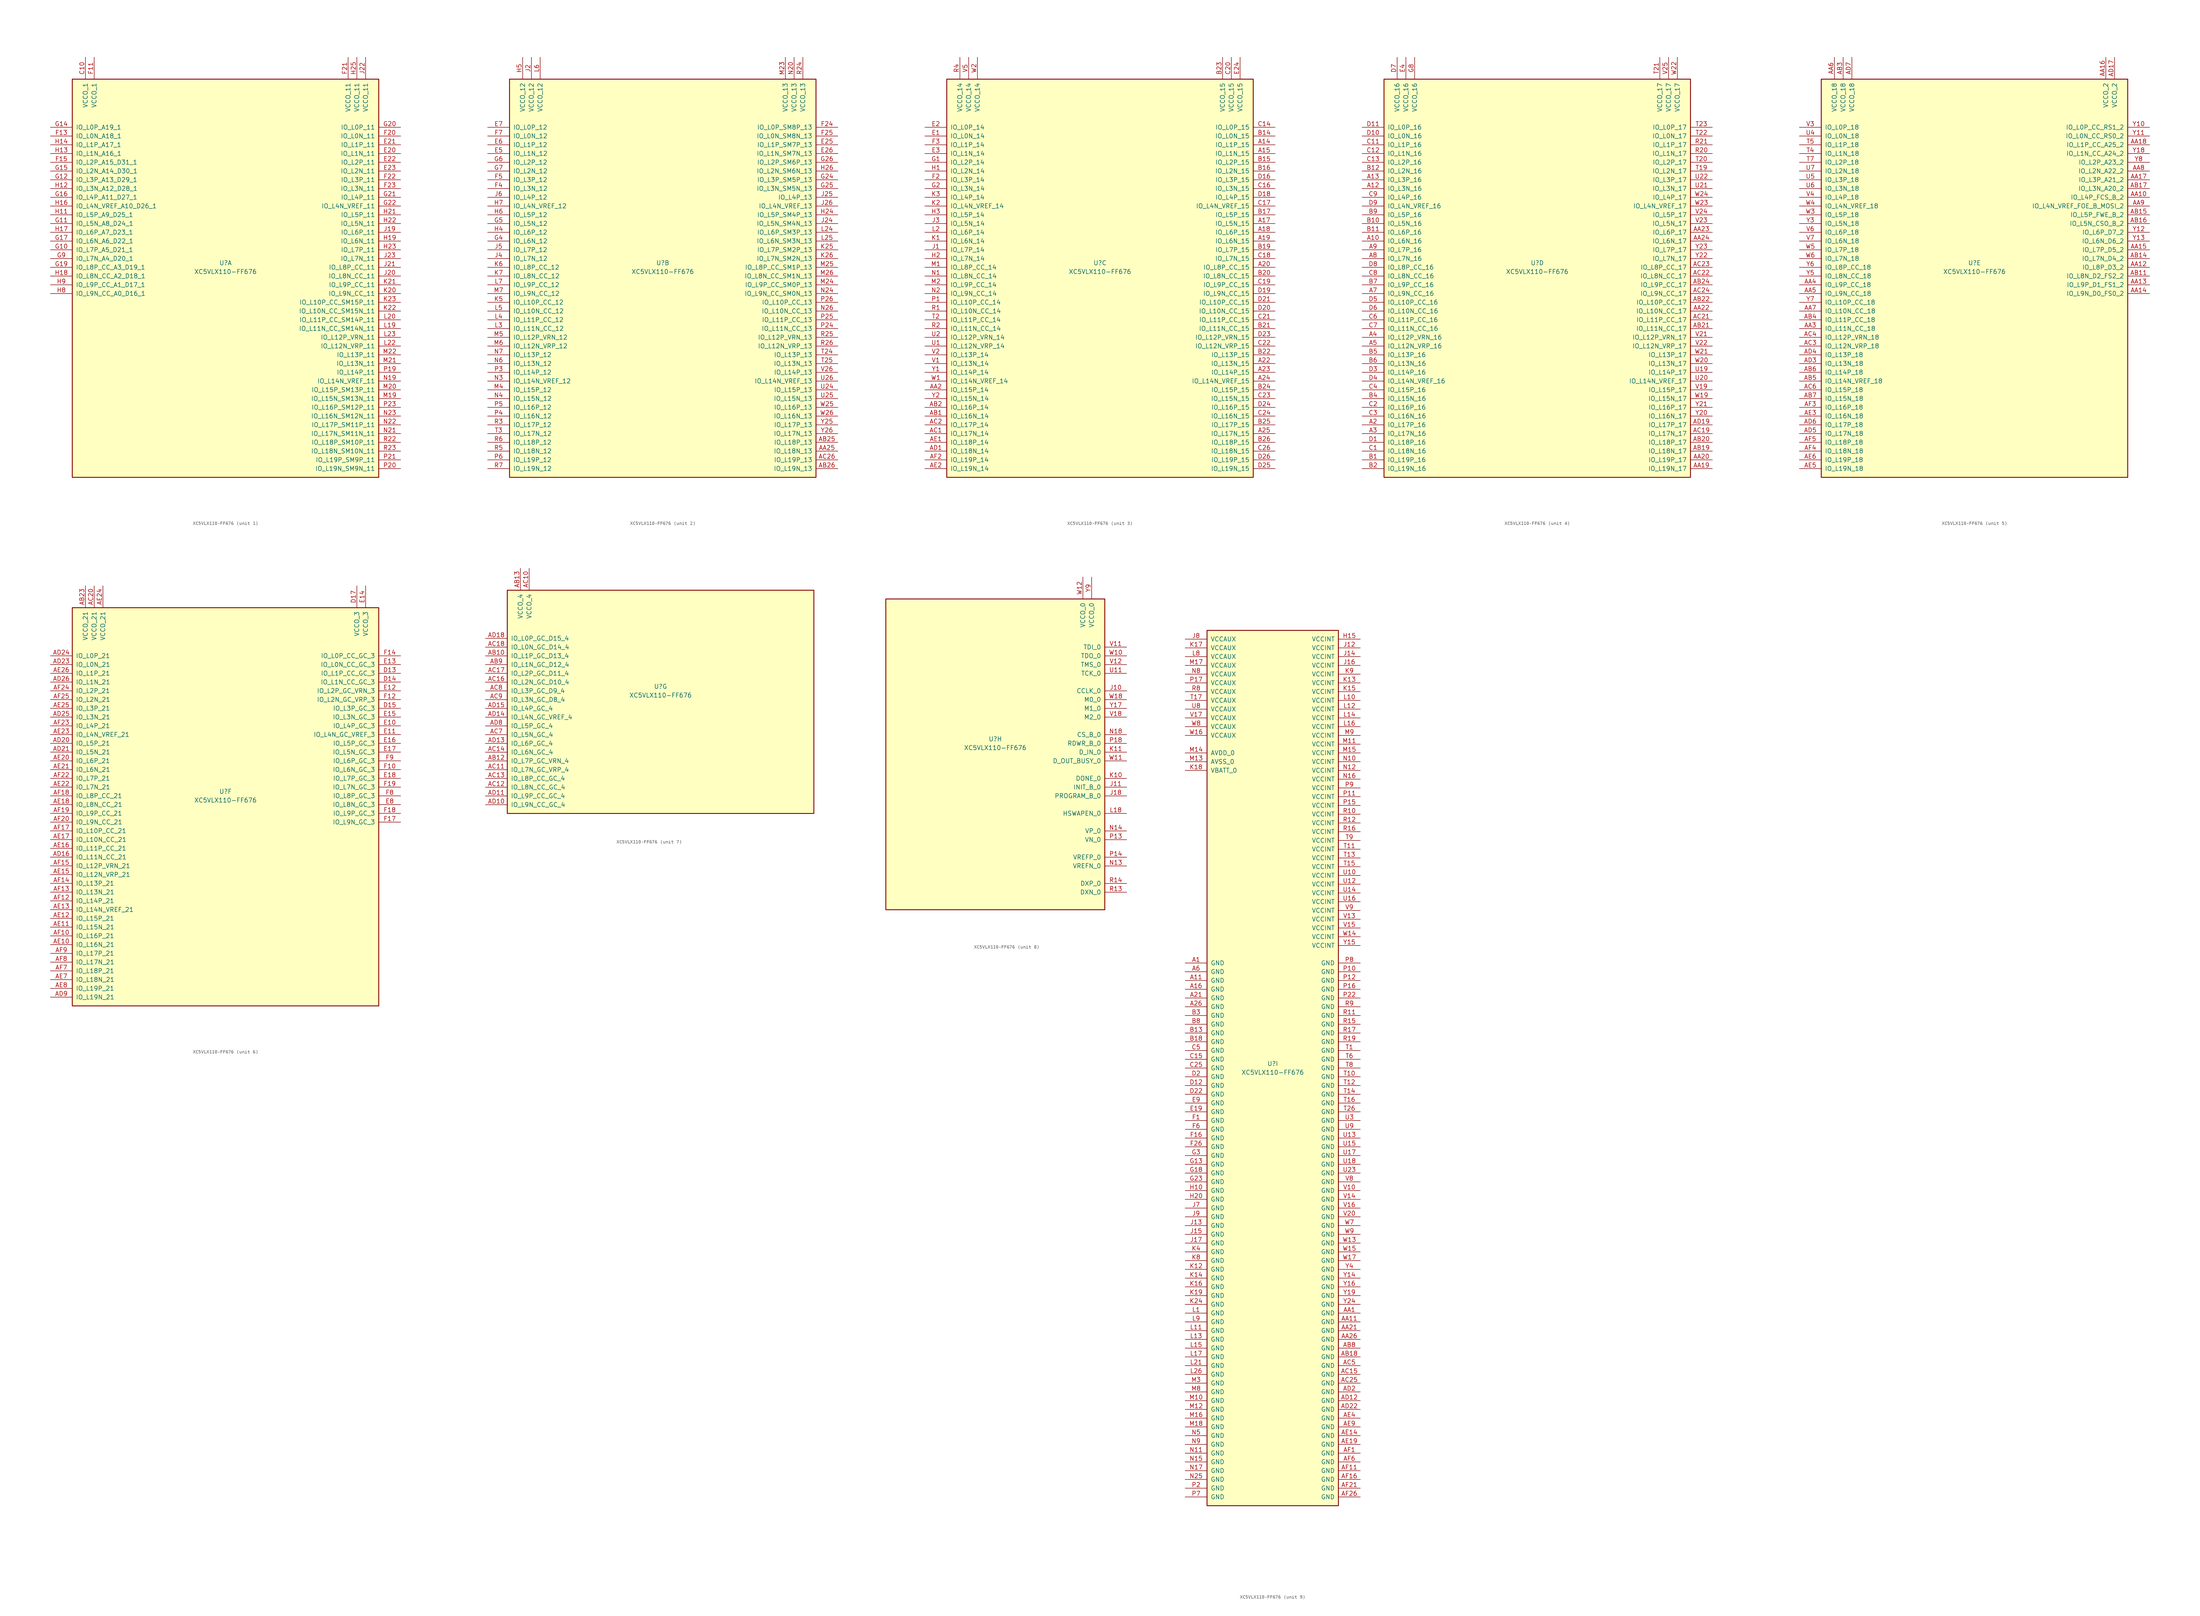
<source format=kicad_sym>
(kicad_symbol_lib
  (version 20211014)
  (generator kicad_symbol_editor)
  (symbol "XC5VLX110-FF676"
    (pin_names
      (offset 1.016))
    (property "Reference" "U"
      (at 0 1.27 0)
      (effects (font (size 1.27 1.27))))
    (property "Value" "XC5VLX110-FF676"
      (at 0 -1.27 0)
      (effects (font (size 1.27 1.27))))
    (property "Datasheet" ""
      (at 0 0 0)
      (effects (font (size 1.27 1.27))))
    (property "ki_locked" ""
      (at 0 0 0)
      (effects (font (size 1.27 1.27))))
    (symbol "XC5VLX110-FF676_1_1"
      (rectangle (start -44.45 54.61) (end 44.45 -60.96) (stroke (width 0.254) (type default) (color 0 0 0 0)) (fill (type background)))
      (pin power_in line (at -40.64 60.96 270) (length 6.35) (name "VCCO_1" (effects (font (size 1.27 1.27)))) (number "C10" (effects (font (size 1.27 1.27)))))
      (pin bidirectional line (at 50.8 33.02 180) (length 6.35) (name "IO_L1N_11" (effects (font (size 1.27 1.27)))) (number "E20" (effects (font (size 1.27 1.27)))))
      (pin bidirectional line (at 50.8 35.56 180) (length 6.35) (name "IO_L1P_11" (effects (font (size 1.27 1.27)))) (number "E21" (effects (font (size 1.27 1.27)))))
      (pin bidirectional line (at 50.8 30.48 180) (length 6.35) (name "IO_L2P_11" (effects (font (size 1.27 1.27)))) (number "E22" (effects (font (size 1.27 1.27)))))
      (pin bidirectional line (at 50.8 27.94 180) (length 6.35) (name "IO_L2N_11" (effects (font (size 1.27 1.27)))) (number "E23" (effects (font (size 1.27 1.27)))))
      (pin power_in line (at -38.1 60.96 270) (length 6.35) (name "VCCO_1" (effects (font (size 1.27 1.27)))) (number "F11" (effects (font (size 1.27 1.27)))))
      (pin bidirectional line (at -50.8 38.1 0) (length 6.35) (name "IO_L0N_A18_1" (effects (font (size 1.27 1.27)))) (number "F13" (effects (font (size 1.27 1.27)))))
      (pin bidirectional line (at -50.8 30.48 0) (length 6.35) (name "IO_L2P_A15_D31_1" (effects (font (size 1.27 1.27)))) (number "F15" (effects (font (size 1.27 1.27)))))
      (pin bidirectional line (at 50.8 38.1 180) (length 6.35) (name "IO_L0N_11" (effects (font (size 1.27 1.27)))) (number "F20" (effects (font (size 1.27 1.27)))))
      (pin power_in line (at 35.56 60.96 270) (length 6.35) (name "VCCO_11" (effects (font (size 1.27 1.27)))) (number "F21" (effects (font (size 1.27 1.27)))))
      (pin bidirectional line (at 50.8 25.4 180) (length 6.35) (name "IO_L3P_11" (effects (font (size 1.27 1.27)))) (number "F22" (effects (font (size 1.27 1.27)))))
      (pin bidirectional line (at 50.8 22.86 180) (length 6.35) (name "IO_L3N_11" (effects (font (size 1.27 1.27)))) (number "F23" (effects (font (size 1.27 1.27)))))
      (pin bidirectional line (at -50.8 5.08 0) (length 6.35) (name "IO_L7P_A5_D21_1" (effects (font (size 1.27 1.27)))) (number "G10" (effects (font (size 1.27 1.27)))))
      (pin bidirectional line (at -50.8 12.7 0) (length 6.35) (name "IO_L5N_A8_D24_1" (effects (font (size 1.27 1.27)))) (number "G11" (effects (font (size 1.27 1.27)))))
      (pin bidirectional line (at -50.8 25.4 0) (length 6.35) (name "IO_L3P_A13_D29_1" (effects (font (size 1.27 1.27)))) (number "G12" (effects (font (size 1.27 1.27)))))
      (pin bidirectional line (at -50.8 40.64 0) (length 6.35) (name "IO_L0P_A19_1" (effects (font (size 1.27 1.27)))) (number "G14" (effects (font (size 1.27 1.27)))))
      (pin bidirectional line (at -50.8 27.94 0) (length 6.35) (name "IO_L2N_A14_D30_1" (effects (font (size 1.27 1.27)))) (number "G15" (effects (font (size 1.27 1.27)))))
      (pin bidirectional line (at -50.8 20.32 0) (length 6.35) (name "IO_L4P_A11_D27_1" (effects (font (size 1.27 1.27)))) (number "G16" (effects (font (size 1.27 1.27)))))
      (pin bidirectional line (at -50.8 7.62 0) (length 6.35) (name "IO_L6N_A6_D22_1" (effects (font (size 1.27 1.27)))) (number "G17" (effects (font (size 1.27 1.27)))))
      (pin bidirectional line (at -50.8 0 0) (length 6.35) (name "IO_L8P_CC_A3_D19_1" (effects (font (size 1.27 1.27)))) (number "G19" (effects (font (size 1.27 1.27)))))
      (pin bidirectional line (at 50.8 40.64 180) (length 6.35) (name "IO_L0P_11" (effects (font (size 1.27 1.27)))) (number "G20" (effects (font (size 1.27 1.27)))))
      (pin bidirectional line (at 50.8 20.32 180) (length 6.35) (name "IO_L4P_11" (effects (font (size 1.27 1.27)))) (number "G21" (effects (font (size 1.27 1.27)))))
      (pin bidirectional line (at 50.8 17.78 180) (length 6.35) (name "IO_L4N_VREF_11" (effects (font (size 1.27 1.27)))) (number "G22" (effects (font (size 1.27 1.27)))))
      (pin bidirectional line (at -50.8 2.54 0) (length 6.35) (name "IO_L7N_A4_D20_1" (effects (font (size 1.27 1.27)))) (number "G9" (effects (font (size 1.27 1.27)))))
      (pin bidirectional line (at -50.8 15.24 0) (length 6.35) (name "IO_L5P_A9_D25_1" (effects (font (size 1.27 1.27)))) (number "H11" (effects (font (size 1.27 1.27)))))
      (pin bidirectional line (at -50.8 22.86 0) (length 6.35) (name "IO_L3N_A12_D28_1" (effects (font (size 1.27 1.27)))) (number "H12" (effects (font (size 1.27 1.27)))))
      (pin bidirectional line (at -50.8 33.02 0) (length 6.35) (name "IO_L1N_A16_1" (effects (font (size 1.27 1.27)))) (number "H13" (effects (font (size 1.27 1.27)))))
      (pin bidirectional line (at -50.8 35.56 0) (length 6.35) (name "IO_L1P_A17_1" (effects (font (size 1.27 1.27)))) (number "H14" (effects (font (size 1.27 1.27)))))
      (pin bidirectional line (at -50.8 17.78 0) (length 6.35) (name "IO_L4N_VREF_A10_D26_1" (effects (font (size 1.27 1.27)))) (number "H16" (effects (font (size 1.27 1.27)))))
      (pin bidirectional line (at -50.8 10.16 0) (length 6.35) (name "IO_L6P_A7_D23_1" (effects (font (size 1.27 1.27)))) (number "H17" (effects (font (size 1.27 1.27)))))
      (pin bidirectional line (at -50.8 -2.54 0) (length 6.35) (name "IO_L8N_CC_A2_D18_1" (effects (font (size 1.27 1.27)))) (number "H18" (effects (font (size 1.27 1.27)))))
      (pin bidirectional line (at 50.8 7.62 180) (length 6.35) (name "IO_L6N_11" (effects (font (size 1.27 1.27)))) (number "H19" (effects (font (size 1.27 1.27)))))
      (pin bidirectional line (at 50.8 15.24 180) (length 6.35) (name "IO_L5P_11" (effects (font (size 1.27 1.27)))) (number "H21" (effects (font (size 1.27 1.27)))))
      (pin bidirectional line (at 50.8 12.7 180) (length 6.35) (name "IO_L5N_11" (effects (font (size 1.27 1.27)))) (number "H22" (effects (font (size 1.27 1.27)))))
      (pin bidirectional line (at 50.8 5.08 180) (length 6.35) (name "IO_L7P_11" (effects (font (size 1.27 1.27)))) (number "H23" (effects (font (size 1.27 1.27)))))
      (pin power_in line (at 38.1 60.96 270) (length 6.35) (name "VCCO_11" (effects (font (size 1.27 1.27)))) (number "H25" (effects (font (size 1.27 1.27)))))
      (pin bidirectional line (at -50.8 -7.62 0) (length 6.35) (name "IO_L9N_CC_A0_D16_1" (effects (font (size 1.27 1.27)))) (number "H8" (effects (font (size 1.27 1.27)))))
      (pin bidirectional line (at -50.8 -5.08 0) (length 6.35) (name "IO_L9P_CC_A1_D17_1" (effects (font (size 1.27 1.27)))) (number "H9" (effects (font (size 1.27 1.27)))))
      (pin bidirectional line (at 50.8 10.16 180) (length 6.35) (name "IO_L6P_11" (effects (font (size 1.27 1.27)))) (number "J19" (effects (font (size 1.27 1.27)))))
      (pin bidirectional line (at 50.8 -2.54 180) (length 6.35) (name "IO_L8N_CC_11" (effects (font (size 1.27 1.27)))) (number "J20" (effects (font (size 1.27 1.27)))))
      (pin bidirectional line (at 50.8 0 180) (length 6.35) (name "IO_L8P_CC_11" (effects (font (size 1.27 1.27)))) (number "J21" (effects (font (size 1.27 1.27)))))
      (pin power_in line (at 40.64 60.96 270) (length 6.35) (name "VCCO_11" (effects (font (size 1.27 1.27)))) (number "J22" (effects (font (size 1.27 1.27)))))
      (pin bidirectional line (at 50.8 2.54 180) (length 6.35) (name "IO_L7N_11" (effects (font (size 1.27 1.27)))) (number "J23" (effects (font (size 1.27 1.27)))))
      (pin bidirectional line (at 50.8 -7.62 180) (length 6.35) (name "IO_L9N_CC_11" (effects (font (size 1.27 1.27)))) (number "K20" (effects (font (size 1.27 1.27)))))
      (pin bidirectional line (at 50.8 -5.08 180) (length 6.35) (name "IO_L9P_CC_11" (effects (font (size 1.27 1.27)))) (number "K21" (effects (font (size 1.27 1.27)))))
      (pin bidirectional line (at 50.8 -12.7 180) (length 6.35) (name "IO_L10N_CC_SM15N_11" (effects (font (size 1.27 1.27)))) (number "K22" (effects (font (size 1.27 1.27)))))
      (pin bidirectional line (at 50.8 -10.16 180) (length 6.35) (name "IO_L10P_CC_SM15P_11" (effects (font (size 1.27 1.27)))) (number "K23" (effects (font (size 1.27 1.27)))))
      (pin bidirectional line (at 50.8 -17.78 180) (length 6.35) (name "IO_L11N_CC_SM14N_11" (effects (font (size 1.27 1.27)))) (number "L19" (effects (font (size 1.27 1.27)))))
      (pin bidirectional line (at 50.8 -15.24 180) (length 6.35) (name "IO_L11P_CC_SM14P_11" (effects (font (size 1.27 1.27)))) (number "L20" (effects (font (size 1.27 1.27)))))
      (pin bidirectional line (at 50.8 -22.86 180) (length 6.35) (name "IO_L12N_VRP_11" (effects (font (size 1.27 1.27)))) (number "L22" (effects (font (size 1.27 1.27)))))
      (pin bidirectional line (at 50.8 -20.32 180) (length 6.35) (name "IO_L12P_VRN_11" (effects (font (size 1.27 1.27)))) (number "L23" (effects (font (size 1.27 1.27)))))
      (pin bidirectional line (at 50.8 -38.1 180) (length 6.35) (name "IO_L15N_SM13N_11" (effects (font (size 1.27 1.27)))) (number "M19" (effects (font (size 1.27 1.27)))))
      (pin bidirectional line (at 50.8 -35.56 180) (length 6.35) (name "IO_L15P_SM13P_11" (effects (font (size 1.27 1.27)))) (number "M20" (effects (font (size 1.27 1.27)))))
      (pin bidirectional line (at 50.8 -27.94 180) (length 6.35) (name "IO_L13N_11" (effects (font (size 1.27 1.27)))) (number "M21" (effects (font (size 1.27 1.27)))))
      (pin bidirectional line (at 50.8 -25.4 180) (length 6.35) (name "IO_L13P_11" (effects (font (size 1.27 1.27)))) (number "M22" (effects (font (size 1.27 1.27)))))
      (pin bidirectional line (at 50.8 -33.02 180) (length 6.35) (name "IO_L14N_VREF_11" (effects (font (size 1.27 1.27)))) (number "N19" (effects (font (size 1.27 1.27)))))
      (pin bidirectional line (at 50.8 -48.26 180) (length 6.35) (name "IO_L17N_SM11N_11" (effects (font (size 1.27 1.27)))) (number "N21" (effects (font (size 1.27 1.27)))))
      (pin bidirectional line (at 50.8 -45.72 180) (length 6.35) (name "IO_L17P_SM11P_11" (effects (font (size 1.27 1.27)))) (number "N22" (effects (font (size 1.27 1.27)))))
      (pin bidirectional line (at 50.8 -43.18 180) (length 6.35) (name "IO_L16N_SM12N_11" (effects (font (size 1.27 1.27)))) (number "N23" (effects (font (size 1.27 1.27)))))
      (pin bidirectional line (at 50.8 -30.48 180) (length 6.35) (name "IO_L14P_11" (effects (font (size 1.27 1.27)))) (number "P19" (effects (font (size 1.27 1.27)))))
      (pin bidirectional line (at 50.8 -58.42 180) (length 6.35) (name "IO_L19N_SM9N_11" (effects (font (size 1.27 1.27)))) (number "P20" (effects (font (size 1.27 1.27)))))
      (pin bidirectional line (at 50.8 -55.88 180) (length 6.35) (name "IO_L19P_SM9P_11" (effects (font (size 1.27 1.27)))) (number "P21" (effects (font (size 1.27 1.27)))))
      (pin bidirectional line (at 50.8 -40.64 180) (length 6.35) (name "IO_L16P_SM12P_11" (effects (font (size 1.27 1.27)))) (number "P23" (effects (font (size 1.27 1.27)))))
      (pin bidirectional line (at 50.8 -50.8 180) (length 6.35) (name "IO_L18P_SM10P_11" (effects (font (size 1.27 1.27)))) (number "R22" (effects (font (size 1.27 1.27)))))
      (pin bidirectional line (at 50.8 -53.34 180) (length 6.35) (name "IO_L18N_SM10N_11" (effects (font (size 1.27 1.27)))) (number "R23" (effects (font (size 1.27 1.27))))))
    (symbol "XC5VLX110-FF676_2_1"
      (rectangle (start -44.45 54.61) (end 44.45 -60.96) (stroke (width 0.254) (type default) (color 0 0 0 0)) (fill (type background)))
      (pin bidirectional line (at 50.8 -53.34 180) (length 6.35) (name "IO_L18N_13" (effects (font (size 1.27 1.27)))) (number "AA25" (effects (font (size 1.27 1.27)))))
      (pin bidirectional line (at 50.8 -50.8 180) (length 6.35) (name "IO_L18P_13" (effects (font (size 1.27 1.27)))) (number "AB25" (effects (font (size 1.27 1.27)))))
      (pin bidirectional line (at 50.8 -58.42 180) (length 6.35) (name "IO_L19N_13" (effects (font (size 1.27 1.27)))) (number "AB26" (effects (font (size 1.27 1.27)))))
      (pin bidirectional line (at 50.8 -55.88 180) (length 6.35) (name "IO_L19P_13" (effects (font (size 1.27 1.27)))) (number "AC26" (effects (font (size 1.27 1.27)))))
      (pin bidirectional line (at 50.8 35.56 180) (length 6.35) (name "IO_L1P_SM7P_13" (effects (font (size 1.27 1.27)))) (number "E25" (effects (font (size 1.27 1.27)))))
      (pin bidirectional line (at 50.8 33.02 180) (length 6.35) (name "IO_L1N_SM7N_13" (effects (font (size 1.27 1.27)))) (number "E26" (effects (font (size 1.27 1.27)))))
      (pin bidirectional line (at -50.8 33.02 0) (length 6.35) (name "IO_L1N_12" (effects (font (size 1.27 1.27)))) (number "E5" (effects (font (size 1.27 1.27)))))
      (pin bidirectional line (at -50.8 35.56 0) (length 6.35) (name "IO_L1P_12" (effects (font (size 1.27 1.27)))) (number "E6" (effects (font (size 1.27 1.27)))))
      (pin bidirectional line (at -50.8 40.64 0) (length 6.35) (name "IO_L0P_12" (effects (font (size 1.27 1.27)))) (number "E7" (effects (font (size 1.27 1.27)))))
      (pin bidirectional line (at 50.8 40.64 180) (length 6.35) (name "IO_L0P_SM8P_13" (effects (font (size 1.27 1.27)))) (number "F24" (effects (font (size 1.27 1.27)))))
      (pin bidirectional line (at 50.8 38.1 180) (length 6.35) (name "IO_L0N_SM8N_13" (effects (font (size 1.27 1.27)))) (number "F25" (effects (font (size 1.27 1.27)))))
      (pin bidirectional line (at -50.8 22.86 0) (length 6.35) (name "IO_L3N_12" (effects (font (size 1.27 1.27)))) (number "F4" (effects (font (size 1.27 1.27)))))
      (pin bidirectional line (at -50.8 25.4 0) (length 6.35) (name "IO_L3P_12" (effects (font (size 1.27 1.27)))) (number "F5" (effects (font (size 1.27 1.27)))))
      (pin bidirectional line (at -50.8 38.1 0) (length 6.35) (name "IO_L0N_12" (effects (font (size 1.27 1.27)))) (number "F7" (effects (font (size 1.27 1.27)))))
      (pin bidirectional line (at 50.8 25.4 180) (length 6.35) (name "IO_L3P_SM5P_13" (effects (font (size 1.27 1.27)))) (number "G24" (effects (font (size 1.27 1.27)))))
      (pin bidirectional line (at 50.8 22.86 180) (length 6.35) (name "IO_L3N_SM5N_13" (effects (font (size 1.27 1.27)))) (number "G25" (effects (font (size 1.27 1.27)))))
      (pin bidirectional line (at 50.8 30.48 180) (length 6.35) (name "IO_L2P_SM6P_13" (effects (font (size 1.27 1.27)))) (number "G26" (effects (font (size 1.27 1.27)))))
      (pin bidirectional line (at -50.8 7.62 0) (length 6.35) (name "IO_L6N_12" (effects (font (size 1.27 1.27)))) (number "G4" (effects (font (size 1.27 1.27)))))
      (pin bidirectional line (at -50.8 12.7 0) (length 6.35) (name "IO_L5N_12" (effects (font (size 1.27 1.27)))) (number "G5" (effects (font (size 1.27 1.27)))))
      (pin bidirectional line (at -50.8 30.48 0) (length 6.35) (name "IO_L2P_12" (effects (font (size 1.27 1.27)))) (number "G6" (effects (font (size 1.27 1.27)))))
      (pin bidirectional line (at -50.8 27.94 0) (length 6.35) (name "IO_L2N_12" (effects (font (size 1.27 1.27)))) (number "G7" (effects (font (size 1.27 1.27)))))
      (pin bidirectional line (at 50.8 15.24 180) (length 6.35) (name "IO_L5P_SM4P_13" (effects (font (size 1.27 1.27)))) (number "H24" (effects (font (size 1.27 1.27)))))
      (pin bidirectional line (at 50.8 27.94 180) (length 6.35) (name "IO_L2N_SM6N_13" (effects (font (size 1.27 1.27)))) (number "H26" (effects (font (size 1.27 1.27)))))
      (pin bidirectional line (at -50.8 10.16 0) (length 6.35) (name "IO_L6P_12" (effects (font (size 1.27 1.27)))) (number "H4" (effects (font (size 1.27 1.27)))))
      (pin power_in line (at -40.64 60.96 270) (length 6.35) (name "VCCO_12" (effects (font (size 1.27 1.27)))) (number "H5" (effects (font (size 1.27 1.27)))))
      (pin bidirectional line (at -50.8 15.24 0) (length 6.35) (name "IO_L5P_12" (effects (font (size 1.27 1.27)))) (number "H6" (effects (font (size 1.27 1.27)))))
      (pin bidirectional line (at -50.8 17.78 0) (length 6.35) (name "IO_L4N_VREF_12" (effects (font (size 1.27 1.27)))) (number "H7" (effects (font (size 1.27 1.27)))))
      (pin power_in line (at -38.1 60.96 270) (length 6.35) (name "VCCO_12" (effects (font (size 1.27 1.27)))) (number "J2" (effects (font (size 1.27 1.27)))))
      (pin bidirectional line (at 50.8 12.7 180) (length 6.35) (name "IO_L5N_SM4N_13" (effects (font (size 1.27 1.27)))) (number "J24" (effects (font (size 1.27 1.27)))))
      (pin bidirectional line (at 50.8 20.32 180) (length 6.35) (name "IO_L4P_13" (effects (font (size 1.27 1.27)))) (number "J25" (effects (font (size 1.27 1.27)))))
      (pin bidirectional line (at 50.8 17.78 180) (length 6.35) (name "IO_L4N_VREF_13" (effects (font (size 1.27 1.27)))) (number "J26" (effects (font (size 1.27 1.27)))))
      (pin bidirectional line (at -50.8 2.54 0) (length 6.35) (name "IO_L7N_12" (effects (font (size 1.27 1.27)))) (number "J4" (effects (font (size 1.27 1.27)))))
      (pin bidirectional line (at -50.8 5.08 0) (length 6.35) (name "IO_L7P_12" (effects (font (size 1.27 1.27)))) (number "J5" (effects (font (size 1.27 1.27)))))
      (pin bidirectional line (at -50.8 20.32 0) (length 6.35) (name "IO_L4P_12" (effects (font (size 1.27 1.27)))) (number "J6" (effects (font (size 1.27 1.27)))))
      (pin bidirectional line (at 50.8 5.08 180) (length 6.35) (name "IO_L7P_SM2P_13" (effects (font (size 1.27 1.27)))) (number "K25" (effects (font (size 1.27 1.27)))))
      (pin bidirectional line (at 50.8 2.54 180) (length 6.35) (name "IO_L7N_SM2N_13" (effects (font (size 1.27 1.27)))) (number "K26" (effects (font (size 1.27 1.27)))))
      (pin bidirectional line (at -50.8 -10.16 0) (length 6.35) (name "IO_L10P_CC_12" (effects (font (size 1.27 1.27)))) (number "K5" (effects (font (size 1.27 1.27)))))
      (pin bidirectional line (at -50.8 0 0) (length 6.35) (name "IO_L8P_CC_12" (effects (font (size 1.27 1.27)))) (number "K6" (effects (font (size 1.27 1.27)))))
      (pin bidirectional line (at -50.8 -2.54 0) (length 6.35) (name "IO_L8N_CC_12" (effects (font (size 1.27 1.27)))) (number "K7" (effects (font (size 1.27 1.27)))))
      (pin bidirectional line (at 50.8 10.16 180) (length 6.35) (name "IO_L6P_SM3P_13" (effects (font (size 1.27 1.27)))) (number "L24" (effects (font (size 1.27 1.27)))))
      (pin bidirectional line (at 50.8 7.62 180) (length 6.35) (name "IO_L6N_SM3N_13" (effects (font (size 1.27 1.27)))) (number "L25" (effects (font (size 1.27 1.27)))))
      (pin bidirectional line (at -50.8 -17.78 0) (length 6.35) (name "IO_L11N_CC_12" (effects (font (size 1.27 1.27)))) (number "L3" (effects (font (size 1.27 1.27)))))
      (pin bidirectional line (at -50.8 -15.24 0) (length 6.35) (name "IO_L11P_CC_12" (effects (font (size 1.27 1.27)))) (number "L4" (effects (font (size 1.27 1.27)))))
      (pin bidirectional line (at -50.8 -12.7 0) (length 6.35) (name "IO_L10N_CC_12" (effects (font (size 1.27 1.27)))) (number "L5" (effects (font (size 1.27 1.27)))))
      (pin power_in line (at -35.56 60.96 270) (length 6.35) (name "VCCO_12" (effects (font (size 1.27 1.27)))) (number "L6" (effects (font (size 1.27 1.27)))))
      (pin bidirectional line (at -50.8 -5.08 0) (length 6.35) (name "IO_L9P_CC_12" (effects (font (size 1.27 1.27)))) (number "L7" (effects (font (size 1.27 1.27)))))
      (pin power_in line (at 35.56 60.96 270) (length 6.35) (name "VCCO_13" (effects (font (size 1.27 1.27)))) (number "M23" (effects (font (size 1.27 1.27)))))
      (pin bidirectional line (at 50.8 -5.08 180) (length 6.35) (name "IO_L9P_CC_SM0P_13" (effects (font (size 1.27 1.27)))) (number "M24" (effects (font (size 1.27 1.27)))))
      (pin bidirectional line (at 50.8 0 180) (length 6.35) (name "IO_L8P_CC_SM1P_13" (effects (font (size 1.27 1.27)))) (number "M25" (effects (font (size 1.27 1.27)))))
      (pin bidirectional line (at 50.8 -2.54 180) (length 6.35) (name "IO_L8N_CC_SM1N_13" (effects (font (size 1.27 1.27)))) (number "M26" (effects (font (size 1.27 1.27)))))
      (pin bidirectional line (at -50.8 -35.56 0) (length 6.35) (name "IO_L15P_12" (effects (font (size 1.27 1.27)))) (number "M4" (effects (font (size 1.27 1.27)))))
      (pin bidirectional line (at -50.8 -20.32 0) (length 6.35) (name "IO_L12P_VRN_12" (effects (font (size 1.27 1.27)))) (number "M5" (effects (font (size 1.27 1.27)))))
      (pin bidirectional line (at -50.8 -22.86 0) (length 6.35) (name "IO_L12N_VRP_12" (effects (font (size 1.27 1.27)))) (number "M6" (effects (font (size 1.27 1.27)))))
      (pin bidirectional line (at -50.8 -7.62 0) (length 6.35) (name "IO_L9N_CC_12" (effects (font (size 1.27 1.27)))) (number "M7" (effects (font (size 1.27 1.27)))))
      (pin power_in line (at 38.1 60.96 270) (length 6.35) (name "VCCO_13" (effects (font (size 1.27 1.27)))) (number "N20" (effects (font (size 1.27 1.27)))))
      (pin bidirectional line (at 50.8 -7.62 180) (length 6.35) (name "IO_L9N_CC_SM0N_13" (effects (font (size 1.27 1.27)))) (number "N24" (effects (font (size 1.27 1.27)))))
      (pin bidirectional line (at 50.8 -12.7 180) (length 6.35) (name "IO_L10N_CC_13" (effects (font (size 1.27 1.27)))) (number "N26" (effects (font (size 1.27 1.27)))))
      (pin bidirectional line (at -50.8 -33.02 0) (length 6.35) (name "IO_L14N_VREF_12" (effects (font (size 1.27 1.27)))) (number "N3" (effects (font (size 1.27 1.27)))))
      (pin bidirectional line (at -50.8 -38.1 0) (length 6.35) (name "IO_L15N_12" (effects (font (size 1.27 1.27)))) (number "N4" (effects (font (size 1.27 1.27)))))
      (pin bidirectional line (at -50.8 -27.94 0) (length 6.35) (name "IO_L13N_12" (effects (font (size 1.27 1.27)))) (number "N6" (effects (font (size 1.27 1.27)))))
      (pin bidirectional line (at -50.8 -25.4 0) (length 6.35) (name "IO_L13P_12" (effects (font (size 1.27 1.27)))) (number "N7" (effects (font (size 1.27 1.27)))))
      (pin bidirectional line (at 50.8 -17.78 180) (length 6.35) (name "IO_L11N_CC_13" (effects (font (size 1.27 1.27)))) (number "P24" (effects (font (size 1.27 1.27)))))
      (pin bidirectional line (at 50.8 -15.24 180) (length 6.35) (name "IO_L11P_CC_13" (effects (font (size 1.27 1.27)))) (number "P25" (effects (font (size 1.27 1.27)))))
      (pin bidirectional line (at 50.8 -10.16 180) (length 6.35) (name "IO_L10P_CC_13" (effects (font (size 1.27 1.27)))) (number "P26" (effects (font (size 1.27 1.27)))))
      (pin bidirectional line (at -50.8 -30.48 0) (length 6.35) (name "IO_L14P_12" (effects (font (size 1.27 1.27)))) (number "P3" (effects (font (size 1.27 1.27)))))
      (pin bidirectional line (at -50.8 -43.18 0) (length 6.35) (name "IO_L16N_12" (effects (font (size 1.27 1.27)))) (number "P4" (effects (font (size 1.27 1.27)))))
      (pin bidirectional line (at -50.8 -40.64 0) (length 6.35) (name "IO_L16P_12" (effects (font (size 1.27 1.27)))) (number "P5" (effects (font (size 1.27 1.27)))))
      (pin bidirectional line (at -50.8 -55.88 0) (length 6.35) (name "IO_L19P_12" (effects (font (size 1.27 1.27)))) (number "P6" (effects (font (size 1.27 1.27)))))
      (pin power_in line (at 40.64 60.96 270) (length 6.35) (name "VCCO_13" (effects (font (size 1.27 1.27)))) (number "R24" (effects (font (size 1.27 1.27)))))
      (pin bidirectional line (at 50.8 -20.32 180) (length 6.35) (name "IO_L12P_VRN_13" (effects (font (size 1.27 1.27)))) (number "R25" (effects (font (size 1.27 1.27)))))
      (pin bidirectional line (at 50.8 -22.86 180) (length 6.35) (name "IO_L12N_VRP_13" (effects (font (size 1.27 1.27)))) (number "R26" (effects (font (size 1.27 1.27)))))
      (pin bidirectional line (at -50.8 -45.72 0) (length 6.35) (name "IO_L17P_12" (effects (font (size 1.27 1.27)))) (number "R3" (effects (font (size 1.27 1.27)))))
      (pin bidirectional line (at -50.8 -53.34 0) (length 6.35) (name "IO_L18N_12" (effects (font (size 1.27 1.27)))) (number "R5" (effects (font (size 1.27 1.27)))))
      (pin bidirectional line (at -50.8 -50.8 0) (length 6.35) (name "IO_L18P_12" (effects (font (size 1.27 1.27)))) (number "R6" (effects (font (size 1.27 1.27)))))
      (pin bidirectional line (at -50.8 -58.42 0) (length 6.35) (name "IO_L19N_12" (effects (font (size 1.27 1.27)))) (number "R7" (effects (font (size 1.27 1.27)))))
      (pin bidirectional line (at 50.8 -25.4 180) (length 6.35) (name "IO_L13P_13" (effects (font (size 1.27 1.27)))) (number "T24" (effects (font (size 1.27 1.27)))))
      (pin bidirectional line (at 50.8 -27.94 180) (length 6.35) (name "IO_L13N_13" (effects (font (size 1.27 1.27)))) (number "T25" (effects (font (size 1.27 1.27)))))
      (pin bidirectional line (at -50.8 -48.26 0) (length 6.35) (name "IO_L17N_12" (effects (font (size 1.27 1.27)))) (number "T3" (effects (font (size 1.27 1.27)))))
      (pin bidirectional line (at 50.8 -35.56 180) (length 6.35) (name "IO_L15P_13" (effects (font (size 1.27 1.27)))) (number "U24" (effects (font (size 1.27 1.27)))))
      (pin bidirectional line (at 50.8 -38.1 180) (length 6.35) (name "IO_L15N_13" (effects (font (size 1.27 1.27)))) (number "U25" (effects (font (size 1.27 1.27)))))
      (pin bidirectional line (at 50.8 -33.02 180) (length 6.35) (name "IO_L14N_VREF_13" (effects (font (size 1.27 1.27)))) (number "U26" (effects (font (size 1.27 1.27)))))
      (pin bidirectional line (at 50.8 -30.48 180) (length 6.35) (name "IO_L14P_13" (effects (font (size 1.27 1.27)))) (number "V26" (effects (font (size 1.27 1.27)))))
      (pin bidirectional line (at 50.8 -40.64 180) (length 6.35) (name "IO_L16P_13" (effects (font (size 1.27 1.27)))) (number "W25" (effects (font (size 1.27 1.27)))))
      (pin bidirectional line (at 50.8 -43.18 180) (length 6.35) (name "IO_L16N_13" (effects (font (size 1.27 1.27)))) (number "W26" (effects (font (size 1.27 1.27)))))
      (pin bidirectional line (at 50.8 -45.72 180) (length 6.35) (name "IO_L17P_13" (effects (font (size 1.27 1.27)))) (number "Y25" (effects (font (size 1.27 1.27)))))
      (pin bidirectional line (at 50.8 -48.26 180) (length 6.35) (name "IO_L17N_13" (effects (font (size 1.27 1.27)))) (number "Y26" (effects (font (size 1.27 1.27))))))
    (symbol "XC5VLX110-FF676_3_1"
      (rectangle (start -44.45 54.61) (end 44.45 -60.96) (stroke (width 0.254) (type default) (color 0 0 0 0)) (fill (type background)))
      (pin bidirectional line (at 50.8 35.56 180) (length 6.35) (name "IO_L1P_15" (effects (font (size 1.27 1.27)))) (number "A14" (effects (font (size 1.27 1.27)))))
      (pin bidirectional line (at 50.8 33.02 180) (length 6.35) (name "IO_L1N_15" (effects (font (size 1.27 1.27)))) (number "A15" (effects (font (size 1.27 1.27)))))
      (pin bidirectional line (at 50.8 12.7 180) (length 6.35) (name "IO_L5N_15" (effects (font (size 1.27 1.27)))) (number "A17" (effects (font (size 1.27 1.27)))))
      (pin bidirectional line (at 50.8 10.16 180) (length 6.35) (name "IO_L6P_15" (effects (font (size 1.27 1.27)))) (number "A18" (effects (font (size 1.27 1.27)))))
      (pin bidirectional line (at 50.8 7.62 180) (length 6.35) (name "IO_L6N_15" (effects (font (size 1.27 1.27)))) (number "A19" (effects (font (size 1.27 1.27)))))
      (pin bidirectional line (at 50.8 0 180) (length 6.35) (name "IO_L8P_CC_15" (effects (font (size 1.27 1.27)))) (number "A20" (effects (font (size 1.27 1.27)))))
      (pin bidirectional line (at 50.8 -27.94 180) (length 6.35) (name "IO_L13N_15" (effects (font (size 1.27 1.27)))) (number "A22" (effects (font (size 1.27 1.27)))))
      (pin bidirectional line (at 50.8 -30.48 180) (length 6.35) (name "IO_L14P_15" (effects (font (size 1.27 1.27)))) (number "A23" (effects (font (size 1.27 1.27)))))
      (pin bidirectional line (at 50.8 -33.02 180) (length 6.35) (name "IO_L14N_VREF_15" (effects (font (size 1.27 1.27)))) (number "A24" (effects (font (size 1.27 1.27)))))
      (pin bidirectional line (at 50.8 -48.26 180) (length 6.35) (name "IO_L17N_15" (effects (font (size 1.27 1.27)))) (number "A25" (effects (font (size 1.27 1.27)))))
      (pin bidirectional line (at -50.8 -35.56 0) (length 6.35) (name "IO_L15P_14" (effects (font (size 1.27 1.27)))) (number "AA2" (effects (font (size 1.27 1.27)))))
      (pin bidirectional line (at -50.8 -43.18 0) (length 6.35) (name "IO_L16N_14" (effects (font (size 1.27 1.27)))) (number "AB1" (effects (font (size 1.27 1.27)))))
      (pin bidirectional line (at -50.8 -40.64 0) (length 6.35) (name "IO_L16P_14" (effects (font (size 1.27 1.27)))) (number "AB2" (effects (font (size 1.27 1.27)))))
      (pin bidirectional line (at -50.8 -48.26 0) (length 6.35) (name "IO_L17N_14" (effects (font (size 1.27 1.27)))) (number "AC1" (effects (font (size 1.27 1.27)))))
      (pin bidirectional line (at -50.8 -45.72 0) (length 6.35) (name "IO_L17P_14" (effects (font (size 1.27 1.27)))) (number "AC2" (effects (font (size 1.27 1.27)))))
      (pin bidirectional line (at -50.8 -53.34 0) (length 6.35) (name "IO_L18N_14" (effects (font (size 1.27 1.27)))) (number "AD1" (effects (font (size 1.27 1.27)))))
      (pin bidirectional line (at -50.8 -50.8 0) (length 6.35) (name "IO_L18P_14" (effects (font (size 1.27 1.27)))) (number "AE1" (effects (font (size 1.27 1.27)))))
      (pin bidirectional line (at -50.8 -58.42 0) (length 6.35) (name "IO_L19N_14" (effects (font (size 1.27 1.27)))) (number "AE2" (effects (font (size 1.27 1.27)))))
      (pin bidirectional line (at -50.8 -55.88 0) (length 6.35) (name "IO_L19P_14" (effects (font (size 1.27 1.27)))) (number "AF2" (effects (font (size 1.27 1.27)))))
      (pin bidirectional line (at 50.8 38.1 180) (length 6.35) (name "IO_L0N_15" (effects (font (size 1.27 1.27)))) (number "B14" (effects (font (size 1.27 1.27)))))
      (pin bidirectional line (at 50.8 30.48 180) (length 6.35) (name "IO_L2P_15" (effects (font (size 1.27 1.27)))) (number "B15" (effects (font (size 1.27 1.27)))))
      (pin bidirectional line (at 50.8 27.94 180) (length 6.35) (name "IO_L2N_15" (effects (font (size 1.27 1.27)))) (number "B16" (effects (font (size 1.27 1.27)))))
      (pin bidirectional line (at 50.8 15.24 180) (length 6.35) (name "IO_L5P_15" (effects (font (size 1.27 1.27)))) (number "B17" (effects (font (size 1.27 1.27)))))
      (pin bidirectional line (at 50.8 5.08 180) (length 6.35) (name "IO_L7P_15" (effects (font (size 1.27 1.27)))) (number "B19" (effects (font (size 1.27 1.27)))))
      (pin bidirectional line (at 50.8 -2.54 180) (length 6.35) (name "IO_L8N_CC_15" (effects (font (size 1.27 1.27)))) (number "B20" (effects (font (size 1.27 1.27)))))
      (pin bidirectional line (at 50.8 -17.78 180) (length 6.35) (name "IO_L11N_CC_15" (effects (font (size 1.27 1.27)))) (number "B21" (effects (font (size 1.27 1.27)))))
      (pin bidirectional line (at 50.8 -25.4 180) (length 6.35) (name "IO_L13P_15" (effects (font (size 1.27 1.27)))) (number "B22" (effects (font (size 1.27 1.27)))))
      (pin power_in line (at 35.56 60.96 270) (length 6.35) (name "VCCO_15" (effects (font (size 1.27 1.27)))) (number "B23" (effects (font (size 1.27 1.27)))))
      (pin bidirectional line (at 50.8 -35.56 180) (length 6.35) (name "IO_L15P_15" (effects (font (size 1.27 1.27)))) (number "B24" (effects (font (size 1.27 1.27)))))
      (pin bidirectional line (at 50.8 -45.72 180) (length 6.35) (name "IO_L17P_15" (effects (font (size 1.27 1.27)))) (number "B25" (effects (font (size 1.27 1.27)))))
      (pin bidirectional line (at 50.8 -50.8 180) (length 6.35) (name "IO_L18P_15" (effects (font (size 1.27 1.27)))) (number "B26" (effects (font (size 1.27 1.27)))))
      (pin bidirectional line (at 50.8 40.64 180) (length 6.35) (name "IO_L0P_15" (effects (font (size 1.27 1.27)))) (number "C14" (effects (font (size 1.27 1.27)))))
      (pin bidirectional line (at 50.8 22.86 180) (length 6.35) (name "IO_L3N_15" (effects (font (size 1.27 1.27)))) (number "C16" (effects (font (size 1.27 1.27)))))
      (pin bidirectional line (at 50.8 17.78 180) (length 6.35) (name "IO_L4N_VREF_15" (effects (font (size 1.27 1.27)))) (number "C17" (effects (font (size 1.27 1.27)))))
      (pin bidirectional line (at 50.8 2.54 180) (length 6.35) (name "IO_L7N_15" (effects (font (size 1.27 1.27)))) (number "C18" (effects (font (size 1.27 1.27)))))
      (pin bidirectional line (at 50.8 -5.08 180) (length 6.35) (name "IO_L9P_CC_15" (effects (font (size 1.27 1.27)))) (number "C19" (effects (font (size 1.27 1.27)))))
      (pin power_in line (at 38.1 60.96 270) (length 6.35) (name "VCCO_15" (effects (font (size 1.27 1.27)))) (number "C20" (effects (font (size 1.27 1.27)))))
      (pin bidirectional line (at 50.8 -15.24 180) (length 6.35) (name "IO_L11P_CC_15" (effects (font (size 1.27 1.27)))) (number "C21" (effects (font (size 1.27 1.27)))))
      (pin bidirectional line (at 50.8 -22.86 180) (length 6.35) (name "IO_L12N_VRP_15" (effects (font (size 1.27 1.27)))) (number "C22" (effects (font (size 1.27 1.27)))))
      (pin bidirectional line (at 50.8 -38.1 180) (length 6.35) (name "IO_L15N_15" (effects (font (size 1.27 1.27)))) (number "C23" (effects (font (size 1.27 1.27)))))
      (pin bidirectional line (at 50.8 -43.18 180) (length 6.35) (name "IO_L16N_15" (effects (font (size 1.27 1.27)))) (number "C24" (effects (font (size 1.27 1.27)))))
      (pin bidirectional line (at 50.8 -53.34 180) (length 6.35) (name "IO_L18N_15" (effects (font (size 1.27 1.27)))) (number "C26" (effects (font (size 1.27 1.27)))))
      (pin bidirectional line (at 50.8 25.4 180) (length 6.35) (name "IO_L3P_15" (effects (font (size 1.27 1.27)))) (number "D16" (effects (font (size 1.27 1.27)))))
      (pin bidirectional line (at 50.8 20.32 180) (length 6.35) (name "IO_L4P_15" (effects (font (size 1.27 1.27)))) (number "D18" (effects (font (size 1.27 1.27)))))
      (pin bidirectional line (at 50.8 -7.62 180) (length 6.35) (name "IO_L9N_CC_15" (effects (font (size 1.27 1.27)))) (number "D19" (effects (font (size 1.27 1.27)))))
      (pin bidirectional line (at 50.8 -12.7 180) (length 6.35) (name "IO_L10N_CC_15" (effects (font (size 1.27 1.27)))) (number "D20" (effects (font (size 1.27 1.27)))))
      (pin bidirectional line (at 50.8 -10.16 180) (length 6.35) (name "IO_L10P_CC_15" (effects (font (size 1.27 1.27)))) (number "D21" (effects (font (size 1.27 1.27)))))
      (pin bidirectional line (at 50.8 -20.32 180) (length 6.35) (name "IO_L12P_VRN_15" (effects (font (size 1.27 1.27)))) (number "D23" (effects (font (size 1.27 1.27)))))
      (pin bidirectional line (at 50.8 -40.64 180) (length 6.35) (name "IO_L16P_15" (effects (font (size 1.27 1.27)))) (number "D24" (effects (font (size 1.27 1.27)))))
      (pin bidirectional line (at 50.8 -58.42 180) (length 6.35) (name "IO_L19N_15" (effects (font (size 1.27 1.27)))) (number "D25" (effects (font (size 1.27 1.27)))))
      (pin bidirectional line (at 50.8 -55.88 180) (length 6.35) (name "IO_L19P_15" (effects (font (size 1.27 1.27)))) (number "D26" (effects (font (size 1.27 1.27)))))
      (pin bidirectional line (at -50.8 38.1 0) (length 6.35) (name "IO_L0N_14" (effects (font (size 1.27 1.27)))) (number "E1" (effects (font (size 1.27 1.27)))))
      (pin bidirectional line (at -50.8 40.64 0) (length 6.35) (name "IO_L0P_14" (effects (font (size 1.27 1.27)))) (number "E2" (effects (font (size 1.27 1.27)))))
      (pin power_in line (at 40.64 60.96 270) (length 6.35) (name "VCCO_15" (effects (font (size 1.27 1.27)))) (number "E24" (effects (font (size 1.27 1.27)))))
      (pin bidirectional line (at -50.8 33.02 0) (length 6.35) (name "IO_L1N_14" (effects (font (size 1.27 1.27)))) (number "E3" (effects (font (size 1.27 1.27)))))
      (pin bidirectional line (at -50.8 25.4 0) (length 6.35) (name "IO_L3P_14" (effects (font (size 1.27 1.27)))) (number "F2" (effects (font (size 1.27 1.27)))))
      (pin bidirectional line (at -50.8 35.56 0) (length 6.35) (name "IO_L1P_14" (effects (font (size 1.27 1.27)))) (number "F3" (effects (font (size 1.27 1.27)))))
      (pin bidirectional line (at -50.8 30.48 0) (length 6.35) (name "IO_L2P_14" (effects (font (size 1.27 1.27)))) (number "G1" (effects (font (size 1.27 1.27)))))
      (pin bidirectional line (at -50.8 22.86 0) (length 6.35) (name "IO_L3N_14" (effects (font (size 1.27 1.27)))) (number "G2" (effects (font (size 1.27 1.27)))))
      (pin bidirectional line (at -50.8 27.94 0) (length 6.35) (name "IO_L2N_14" (effects (font (size 1.27 1.27)))) (number "H1" (effects (font (size 1.27 1.27)))))
      (pin bidirectional line (at -50.8 2.54 0) (length 6.35) (name "IO_L7N_14" (effects (font (size 1.27 1.27)))) (number "H2" (effects (font (size 1.27 1.27)))))
      (pin bidirectional line (at -50.8 15.24 0) (length 6.35) (name "IO_L5P_14" (effects (font (size 1.27 1.27)))) (number "H3" (effects (font (size 1.27 1.27)))))
      (pin bidirectional line (at -50.8 5.08 0) (length 6.35) (name "IO_L7P_14" (effects (font (size 1.27 1.27)))) (number "J1" (effects (font (size 1.27 1.27)))))
      (pin bidirectional line (at -50.8 12.7 0) (length 6.35) (name "IO_L5N_14" (effects (font (size 1.27 1.27)))) (number "J3" (effects (font (size 1.27 1.27)))))
      (pin bidirectional line (at -50.8 7.62 0) (length 6.35) (name "IO_L6N_14" (effects (font (size 1.27 1.27)))) (number "K1" (effects (font (size 1.27 1.27)))))
      (pin bidirectional line (at -50.8 17.78 0) (length 6.35) (name "IO_L4N_VREF_14" (effects (font (size 1.27 1.27)))) (number "K2" (effects (font (size 1.27 1.27)))))
      (pin bidirectional line (at -50.8 20.32 0) (length 6.35) (name "IO_L4P_14" (effects (font (size 1.27 1.27)))) (number "K3" (effects (font (size 1.27 1.27)))))
      (pin bidirectional line (at -50.8 10.16 0) (length 6.35) (name "IO_L6P_14" (effects (font (size 1.27 1.27)))) (number "L2" (effects (font (size 1.27 1.27)))))
      (pin bidirectional line (at -50.8 0 0) (length 6.35) (name "IO_L8P_CC_14" (effects (font (size 1.27 1.27)))) (number "M1" (effects (font (size 1.27 1.27)))))
      (pin bidirectional line (at -50.8 -5.08 0) (length 6.35) (name "IO_L9P_CC_14" (effects (font (size 1.27 1.27)))) (number "M2" (effects (font (size 1.27 1.27)))))
      (pin bidirectional line (at -50.8 -2.54 0) (length 6.35) (name "IO_L8N_CC_14" (effects (font (size 1.27 1.27)))) (number "N1" (effects (font (size 1.27 1.27)))))
      (pin bidirectional line (at -50.8 -7.62 0) (length 6.35) (name "IO_L9N_CC_14" (effects (font (size 1.27 1.27)))) (number "N2" (effects (font (size 1.27 1.27)))))
      (pin bidirectional line (at -50.8 -10.16 0) (length 6.35) (name "IO_L10P_CC_14" (effects (font (size 1.27 1.27)))) (number "P1" (effects (font (size 1.27 1.27)))))
      (pin bidirectional line (at -50.8 -12.7 0) (length 6.35) (name "IO_L10N_CC_14" (effects (font (size 1.27 1.27)))) (number "R1" (effects (font (size 1.27 1.27)))))
      (pin bidirectional line (at -50.8 -17.78 0) (length 6.35) (name "IO_L11N_CC_14" (effects (font (size 1.27 1.27)))) (number "R2" (effects (font (size 1.27 1.27)))))
      (pin power_in line (at -40.64 60.96 270) (length 6.35) (name "VCCO_14" (effects (font (size 1.27 1.27)))) (number "R4" (effects (font (size 1.27 1.27)))))
      (pin bidirectional line (at -50.8 -15.24 0) (length 6.35) (name "IO_L11P_CC_14" (effects (font (size 1.27 1.27)))) (number "T2" (effects (font (size 1.27 1.27)))))
      (pin bidirectional line (at -50.8 -22.86 0) (length 6.35) (name "IO_L12N_VRP_14" (effects (font (size 1.27 1.27)))) (number "U1" (effects (font (size 1.27 1.27)))))
      (pin bidirectional line (at -50.8 -20.32 0) (length 6.35) (name "IO_L12P_VRN_14" (effects (font (size 1.27 1.27)))) (number "U2" (effects (font (size 1.27 1.27)))))
      (pin bidirectional line (at -50.8 -27.94 0) (length 6.35) (name "IO_L13N_14" (effects (font (size 1.27 1.27)))) (number "V1" (effects (font (size 1.27 1.27)))))
      (pin bidirectional line (at -50.8 -25.4 0) (length 6.35) (name "IO_L13P_14" (effects (font (size 1.27 1.27)))) (number "V2" (effects (font (size 1.27 1.27)))))
      (pin power_in line (at -38.1 60.96 270) (length 6.35) (name "VCCO_14" (effects (font (size 1.27 1.27)))) (number "V5" (effects (font (size 1.27 1.27)))))
      (pin bidirectional line (at -50.8 -33.02 0) (length 6.35) (name "IO_L14N_VREF_14" (effects (font (size 1.27 1.27)))) (number "W1" (effects (font (size 1.27 1.27)))))
      (pin power_in line (at -35.56 60.96 270) (length 6.35) (name "VCCO_14" (effects (font (size 1.27 1.27)))) (number "W2" (effects (font (size 1.27 1.27)))))
      (pin bidirectional line (at -50.8 -30.48 0) (length 6.35) (name "IO_L14P_14" (effects (font (size 1.27 1.27)))) (number "Y1" (effects (font (size 1.27 1.27)))))
      (pin bidirectional line (at -50.8 -38.1 0) (length 6.35) (name "IO_L15N_14" (effects (font (size 1.27 1.27)))) (number "Y2" (effects (font (size 1.27 1.27))))))
    (symbol "XC5VLX110-FF676_4_1"
      (rectangle (start -44.45 54.61) (end 44.45 -60.96) (stroke (width 0.254) (type default) (color 0 0 0 0)) (fill (type background)))
      (pin bidirectional line (at -50.8 7.62 0) (length 6.35) (name "IO_L6N_16" (effects (font (size 1.27 1.27)))) (number "A10" (effects (font (size 1.27 1.27)))))
      (pin bidirectional line (at -50.8 22.86 0) (length 6.35) (name "IO_L3N_16" (effects (font (size 1.27 1.27)))) (number "A12" (effects (font (size 1.27 1.27)))))
      (pin bidirectional line (at -50.8 25.4 0) (length 6.35) (name "IO_L3P_16" (effects (font (size 1.27 1.27)))) (number "A13" (effects (font (size 1.27 1.27)))))
      (pin bidirectional line (at -50.8 -45.72 0) (length 6.35) (name "IO_L17P_16" (effects (font (size 1.27 1.27)))) (number "A2" (effects (font (size 1.27 1.27)))))
      (pin bidirectional line (at -50.8 -48.26 0) (length 6.35) (name "IO_L17N_16" (effects (font (size 1.27 1.27)))) (number "A3" (effects (font (size 1.27 1.27)))))
      (pin bidirectional line (at -50.8 -20.32 0) (length 6.35) (name "IO_L12P_VRN_16" (effects (font (size 1.27 1.27)))) (number "A4" (effects (font (size 1.27 1.27)))))
      (pin bidirectional line (at -50.8 -22.86 0) (length 6.35) (name "IO_L12N_VRP_16" (effects (font (size 1.27 1.27)))) (number "A5" (effects (font (size 1.27 1.27)))))
      (pin bidirectional line (at -50.8 -7.62 0) (length 6.35) (name "IO_L9N_CC_16" (effects (font (size 1.27 1.27)))) (number "A7" (effects (font (size 1.27 1.27)))))
      (pin bidirectional line (at -50.8 2.54 0) (length 6.35) (name "IO_L7N_16" (effects (font (size 1.27 1.27)))) (number "A8" (effects (font (size 1.27 1.27)))))
      (pin bidirectional line (at -50.8 5.08 0) (length 6.35) (name "IO_L7P_16" (effects (font (size 1.27 1.27)))) (number "A9" (effects (font (size 1.27 1.27)))))
      (pin bidirectional line (at 50.8 -58.42 180) (length 6.35) (name "IO_L19N_17" (effects (font (size 1.27 1.27)))) (number "AA19" (effects (font (size 1.27 1.27)))))
      (pin bidirectional line (at 50.8 -55.88 180) (length 6.35) (name "IO_L19P_17" (effects (font (size 1.27 1.27)))) (number "AA20" (effects (font (size 1.27 1.27)))))
      (pin bidirectional line (at 50.8 -12.7 180) (length 6.35) (name "IO_L10N_CC_17" (effects (font (size 1.27 1.27)))) (number "AA22" (effects (font (size 1.27 1.27)))))
      (pin bidirectional line (at 50.8 10.16 180) (length 6.35) (name "IO_L6P_17" (effects (font (size 1.27 1.27)))) (number "AA23" (effects (font (size 1.27 1.27)))))
      (pin bidirectional line (at 50.8 7.62 180) (length 6.35) (name "IO_L6N_17" (effects (font (size 1.27 1.27)))) (number "AA24" (effects (font (size 1.27 1.27)))))
      (pin bidirectional line (at 50.8 -53.34 180) (length 6.35) (name "IO_L18N_17" (effects (font (size 1.27 1.27)))) (number "AB19" (effects (font (size 1.27 1.27)))))
      (pin bidirectional line (at 50.8 -50.8 180) (length 6.35) (name "IO_L18P_17" (effects (font (size 1.27 1.27)))) (number "AB20" (effects (font (size 1.27 1.27)))))
      (pin bidirectional line (at 50.8 -17.78 180) (length 6.35) (name "IO_L11N_CC_17" (effects (font (size 1.27 1.27)))) (number "AB21" (effects (font (size 1.27 1.27)))))
      (pin bidirectional line (at 50.8 -10.16 180) (length 6.35) (name "IO_L10P_CC_17" (effects (font (size 1.27 1.27)))) (number "AB22" (effects (font (size 1.27 1.27)))))
      (pin bidirectional line (at 50.8 -5.08 180) (length 6.35) (name "IO_L9P_CC_17" (effects (font (size 1.27 1.27)))) (number "AB24" (effects (font (size 1.27 1.27)))))
      (pin bidirectional line (at 50.8 -48.26 180) (length 6.35) (name "IO_L17N_17" (effects (font (size 1.27 1.27)))) (number "AC19" (effects (font (size 1.27 1.27)))))
      (pin bidirectional line (at 50.8 -15.24 180) (length 6.35) (name "IO_L11P_CC_17" (effects (font (size 1.27 1.27)))) (number "AC21" (effects (font (size 1.27 1.27)))))
      (pin bidirectional line (at 50.8 -2.54 180) (length 6.35) (name "IO_L8N_CC_17" (effects (font (size 1.27 1.27)))) (number "AC22" (effects (font (size 1.27 1.27)))))
      (pin bidirectional line (at 50.8 0 180) (length 6.35) (name "IO_L8P_CC_17" (effects (font (size 1.27 1.27)))) (number "AC23" (effects (font (size 1.27 1.27)))))
      (pin bidirectional line (at 50.8 -7.62 180) (length 6.35) (name "IO_L9N_CC_17" (effects (font (size 1.27 1.27)))) (number "AC24" (effects (font (size 1.27 1.27)))))
      (pin bidirectional line (at 50.8 -45.72 180) (length 6.35) (name "IO_L17P_17" (effects (font (size 1.27 1.27)))) (number "AD19" (effects (font (size 1.27 1.27)))))
      (pin bidirectional line (at -50.8 -55.88 0) (length 6.35) (name "IO_L19P_16" (effects (font (size 1.27 1.27)))) (number "B1" (effects (font (size 1.27 1.27)))))
      (pin bidirectional line (at -50.8 12.7 0) (length 6.35) (name "IO_L5N_16" (effects (font (size 1.27 1.27)))) (number "B10" (effects (font (size 1.27 1.27)))))
      (pin bidirectional line (at -50.8 10.16 0) (length 6.35) (name "IO_L6P_16" (effects (font (size 1.27 1.27)))) (number "B11" (effects (font (size 1.27 1.27)))))
      (pin bidirectional line (at -50.8 27.94 0) (length 6.35) (name "IO_L2N_16" (effects (font (size 1.27 1.27)))) (number "B12" (effects (font (size 1.27 1.27)))))
      (pin bidirectional line (at -50.8 -58.42 0) (length 6.35) (name "IO_L19N_16" (effects (font (size 1.27 1.27)))) (number "B2" (effects (font (size 1.27 1.27)))))
      (pin bidirectional line (at -50.8 -38.1 0) (length 6.35) (name "IO_L15N_16" (effects (font (size 1.27 1.27)))) (number "B4" (effects (font (size 1.27 1.27)))))
      (pin bidirectional line (at -50.8 -25.4 0) (length 6.35) (name "IO_L13P_16" (effects (font (size 1.27 1.27)))) (number "B5" (effects (font (size 1.27 1.27)))))
      (pin bidirectional line (at -50.8 -27.94 0) (length 6.35) (name "IO_L13N_16" (effects (font (size 1.27 1.27)))) (number "B6" (effects (font (size 1.27 1.27)))))
      (pin bidirectional line (at -50.8 -5.08 0) (length 6.35) (name "IO_L9P_CC_16" (effects (font (size 1.27 1.27)))) (number "B7" (effects (font (size 1.27 1.27)))))
      (pin bidirectional line (at -50.8 15.24 0) (length 6.35) (name "IO_L5P_16" (effects (font (size 1.27 1.27)))) (number "B9" (effects (font (size 1.27 1.27)))))
      (pin bidirectional line (at -50.8 -53.34 0) (length 6.35) (name "IO_L18N_16" (effects (font (size 1.27 1.27)))) (number "C1" (effects (font (size 1.27 1.27)))))
      (pin bidirectional line (at -50.8 35.56 0) (length 6.35) (name "IO_L1P_16" (effects (font (size 1.27 1.27)))) (number "C11" (effects (font (size 1.27 1.27)))))
      (pin bidirectional line (at -50.8 33.02 0) (length 6.35) (name "IO_L1N_16" (effects (font (size 1.27 1.27)))) (number "C12" (effects (font (size 1.27 1.27)))))
      (pin bidirectional line (at -50.8 30.48 0) (length 6.35) (name "IO_L2P_16" (effects (font (size 1.27 1.27)))) (number "C13" (effects (font (size 1.27 1.27)))))
      (pin bidirectional line (at -50.8 -40.64 0) (length 6.35) (name "IO_L16P_16" (effects (font (size 1.27 1.27)))) (number "C2" (effects (font (size 1.27 1.27)))))
      (pin bidirectional line (at -50.8 -43.18 0) (length 6.35) (name "IO_L16N_16" (effects (font (size 1.27 1.27)))) (number "C3" (effects (font (size 1.27 1.27)))))
      (pin bidirectional line (at -50.8 -35.56 0) (length 6.35) (name "IO_L15P_16" (effects (font (size 1.27 1.27)))) (number "C4" (effects (font (size 1.27 1.27)))))
      (pin bidirectional line (at -50.8 -15.24 0) (length 6.35) (name "IO_L11P_CC_16" (effects (font (size 1.27 1.27)))) (number "C6" (effects (font (size 1.27 1.27)))))
      (pin bidirectional line (at -50.8 -17.78 0) (length 6.35) (name "IO_L11N_CC_16" (effects (font (size 1.27 1.27)))) (number "C7" (effects (font (size 1.27 1.27)))))
      (pin bidirectional line (at -50.8 -2.54 0) (length 6.35) (name "IO_L8N_CC_16" (effects (font (size 1.27 1.27)))) (number "C8" (effects (font (size 1.27 1.27)))))
      (pin bidirectional line (at -50.8 20.32 0) (length 6.35) (name "IO_L4P_16" (effects (font (size 1.27 1.27)))) (number "C9" (effects (font (size 1.27 1.27)))))
      (pin bidirectional line (at -50.8 -50.8 0) (length 6.35) (name "IO_L18P_16" (effects (font (size 1.27 1.27)))) (number "D1" (effects (font (size 1.27 1.27)))))
      (pin bidirectional line (at -50.8 38.1 0) (length 6.35) (name "IO_L0N_16" (effects (font (size 1.27 1.27)))) (number "D10" (effects (font (size 1.27 1.27)))))
      (pin bidirectional line (at -50.8 40.64 0) (length 6.35) (name "IO_L0P_16" (effects (font (size 1.27 1.27)))) (number "D11" (effects (font (size 1.27 1.27)))))
      (pin bidirectional line (at -50.8 -30.48 0) (length 6.35) (name "IO_L14P_16" (effects (font (size 1.27 1.27)))) (number "D3" (effects (font (size 1.27 1.27)))))
      (pin bidirectional line (at -50.8 -33.02 0) (length 6.35) (name "IO_L14N_VREF_16" (effects (font (size 1.27 1.27)))) (number "D4" (effects (font (size 1.27 1.27)))))
      (pin bidirectional line (at -50.8 -10.16 0) (length 6.35) (name "IO_L10P_CC_16" (effects (font (size 1.27 1.27)))) (number "D5" (effects (font (size 1.27 1.27)))))
      (pin bidirectional line (at -50.8 -12.7 0) (length 6.35) (name "IO_L10N_CC_16" (effects (font (size 1.27 1.27)))) (number "D6" (effects (font (size 1.27 1.27)))))
      (pin power_in line (at -40.64 60.96 270) (length 6.35) (name "VCCO_16" (effects (font (size 1.27 1.27)))) (number "D7" (effects (font (size 1.27 1.27)))))
      (pin bidirectional line (at -50.8 0 0) (length 6.35) (name "IO_L8P_CC_16" (effects (font (size 1.27 1.27)))) (number "D8" (effects (font (size 1.27 1.27)))))
      (pin bidirectional line (at -50.8 17.78 0) (length 6.35) (name "IO_L4N_VREF_16" (effects (font (size 1.27 1.27)))) (number "D9" (effects (font (size 1.27 1.27)))))
      (pin power_in line (at -38.1 60.96 270) (length 6.35) (name "VCCO_16" (effects (font (size 1.27 1.27)))) (number "E4" (effects (font (size 1.27 1.27)))))
      (pin power_in line (at -35.56 60.96 270) (length 6.35) (name "VCCO_16" (effects (font (size 1.27 1.27)))) (number "G8" (effects (font (size 1.27 1.27)))))
      (pin bidirectional line (at 50.8 33.02 180) (length 6.35) (name "IO_L1N_17" (effects (font (size 1.27 1.27)))) (number "R20" (effects (font (size 1.27 1.27)))))
      (pin bidirectional line (at 50.8 35.56 180) (length 6.35) (name "IO_L1P_17" (effects (font (size 1.27 1.27)))) (number "R21" (effects (font (size 1.27 1.27)))))
      (pin bidirectional line (at 50.8 27.94 180) (length 6.35) (name "IO_L2N_17" (effects (font (size 1.27 1.27)))) (number "T19" (effects (font (size 1.27 1.27)))))
      (pin bidirectional line (at 50.8 30.48 180) (length 6.35) (name "IO_L2P_17" (effects (font (size 1.27 1.27)))) (number "T20" (effects (font (size 1.27 1.27)))))
      (pin power_in line (at 35.56 60.96 270) (length 6.35) (name "VCCO_17" (effects (font (size 1.27 1.27)))) (number "T21" (effects (font (size 1.27 1.27)))))
      (pin bidirectional line (at 50.8 38.1 180) (length 6.35) (name "IO_L0N_17" (effects (font (size 1.27 1.27)))) (number "T22" (effects (font (size 1.27 1.27)))))
      (pin bidirectional line (at 50.8 40.64 180) (length 6.35) (name "IO_L0P_17" (effects (font (size 1.27 1.27)))) (number "T23" (effects (font (size 1.27 1.27)))))
      (pin bidirectional line (at 50.8 -30.48 180) (length 6.35) (name "IO_L14P_17" (effects (font (size 1.27 1.27)))) (number "U19" (effects (font (size 1.27 1.27)))))
      (pin bidirectional line (at 50.8 -33.02 180) (length 6.35) (name "IO_L14N_VREF_17" (effects (font (size 1.27 1.27)))) (number "U20" (effects (font (size 1.27 1.27)))))
      (pin bidirectional line (at 50.8 22.86 180) (length 6.35) (name "IO_L3N_17" (effects (font (size 1.27 1.27)))) (number "U21" (effects (font (size 1.27 1.27)))))
      (pin bidirectional line (at 50.8 25.4 180) (length 6.35) (name "IO_L3P_17" (effects (font (size 1.27 1.27)))) (number "U22" (effects (font (size 1.27 1.27)))))
      (pin bidirectional line (at 50.8 -35.56 180) (length 6.35) (name "IO_L15P_17" (effects (font (size 1.27 1.27)))) (number "V19" (effects (font (size 1.27 1.27)))))
      (pin bidirectional line (at 50.8 -20.32 180) (length 6.35) (name "IO_L12P_VRN_17" (effects (font (size 1.27 1.27)))) (number "V21" (effects (font (size 1.27 1.27)))))
      (pin bidirectional line (at 50.8 -22.86 180) (length 6.35) (name "IO_L12N_VRP_17" (effects (font (size 1.27 1.27)))) (number "V22" (effects (font (size 1.27 1.27)))))
      (pin bidirectional line (at 50.8 12.7 180) (length 6.35) (name "IO_L5N_17" (effects (font (size 1.27 1.27)))) (number "V23" (effects (font (size 1.27 1.27)))))
      (pin bidirectional line (at 50.8 15.24 180) (length 6.35) (name "IO_L5P_17" (effects (font (size 1.27 1.27)))) (number "V24" (effects (font (size 1.27 1.27)))))
      (pin power_in line (at 38.1 60.96 270) (length 6.35) (name "VCCO_17" (effects (font (size 1.27 1.27)))) (number "V25" (effects (font (size 1.27 1.27)))))
      (pin bidirectional line (at 50.8 -38.1 180) (length 6.35) (name "IO_L15N_17" (effects (font (size 1.27 1.27)))) (number "W19" (effects (font (size 1.27 1.27)))))
      (pin bidirectional line (at 50.8 -27.94 180) (length 6.35) (name "IO_L13N_17" (effects (font (size 1.27 1.27)))) (number "W20" (effects (font (size 1.27 1.27)))))
      (pin bidirectional line (at 50.8 -25.4 180) (length 6.35) (name "IO_L13P_17" (effects (font (size 1.27 1.27)))) (number "W21" (effects (font (size 1.27 1.27)))))
      (pin power_in line (at 40.64 60.96 270) (length 6.35) (name "VCCO_17" (effects (font (size 1.27 1.27)))) (number "W22" (effects (font (size 1.27 1.27)))))
      (pin bidirectional line (at 50.8 17.78 180) (length 6.35) (name "IO_L4N_VREF_17" (effects (font (size 1.27 1.27)))) (number "W23" (effects (font (size 1.27 1.27)))))
      (pin bidirectional line (at 50.8 20.32 180) (length 6.35) (name "IO_L4P_17" (effects (font (size 1.27 1.27)))) (number "W24" (effects (font (size 1.27 1.27)))))
      (pin bidirectional line (at 50.8 -43.18 180) (length 6.35) (name "IO_L16N_17" (effects (font (size 1.27 1.27)))) (number "Y20" (effects (font (size 1.27 1.27)))))
      (pin bidirectional line (at 50.8 -40.64 180) (length 6.35) (name "IO_L16P_17" (effects (font (size 1.27 1.27)))) (number "Y21" (effects (font (size 1.27 1.27)))))
      (pin bidirectional line (at 50.8 2.54 180) (length 6.35) (name "IO_L7N_17" (effects (font (size 1.27 1.27)))) (number "Y22" (effects (font (size 1.27 1.27)))))
      (pin bidirectional line (at 50.8 5.08 180) (length 6.35) (name "IO_L7P_17" (effects (font (size 1.27 1.27)))) (number "Y23" (effects (font (size 1.27 1.27))))))
    (symbol "XC5VLX110-FF676_5_1"
      (rectangle (start -44.45 54.61) (end 44.45 -60.96) (stroke (width 0.254) (type default) (color 0 0 0 0)) (fill (type background)))
      (pin bidirectional line (at 50.8 20.32 180) (length 6.35) (name "IO_L4P_FCS_B_2" (effects (font (size 1.27 1.27)))) (number "AA10" (effects (font (size 1.27 1.27)))))
      (pin bidirectional line (at 50.8 0 180) (length 6.35) (name "IO_L8P_D3_2" (effects (font (size 1.27 1.27)))) (number "AA12" (effects (font (size 1.27 1.27)))))
      (pin bidirectional line (at 50.8 -5.08 180) (length 6.35) (name "IO_L9P_D1_FS1_2" (effects (font (size 1.27 1.27)))) (number "AA13" (effects (font (size 1.27 1.27)))))
      (pin bidirectional line (at 50.8 -7.62 180) (length 6.35) (name "IO_L9N_D0_FS0_2" (effects (font (size 1.27 1.27)))) (number "AA14" (effects (font (size 1.27 1.27)))))
      (pin bidirectional line (at 50.8 5.08 180) (length 6.35) (name "IO_L7P_D5_2" (effects (font (size 1.27 1.27)))) (number "AA15" (effects (font (size 1.27 1.27)))))
      (pin power_in line (at 38.1 60.96 270) (length 6.35) (name "VCCO_2" (effects (font (size 1.27 1.27)))) (number "AA16" (effects (font (size 1.27 1.27)))))
      (pin bidirectional line (at 50.8 25.4 180) (length 6.35) (name "IO_L3P_A21_2" (effects (font (size 1.27 1.27)))) (number "AA17" (effects (font (size 1.27 1.27)))))
      (pin bidirectional line (at 50.8 35.56 180) (length 6.35) (name "IO_L1P_CC_A25_2" (effects (font (size 1.27 1.27)))) (number "AA18" (effects (font (size 1.27 1.27)))))
      (pin bidirectional line (at -50.8 -17.78 0) (length 6.35) (name "IO_L11N_CC_18" (effects (font (size 1.27 1.27)))) (number "AA3" (effects (font (size 1.27 1.27)))))
      (pin bidirectional line (at -50.8 -5.08 0) (length 6.35) (name "IO_L9P_CC_18" (effects (font (size 1.27 1.27)))) (number "AA4" (effects (font (size 1.27 1.27)))))
      (pin bidirectional line (at -50.8 -7.62 0) (length 6.35) (name "IO_L9N_CC_18" (effects (font (size 1.27 1.27)))) (number "AA5" (effects (font (size 1.27 1.27)))))
      (pin power_in line (at -40.64 60.96 270) (length 6.35) (name "VCCO_18" (effects (font (size 1.27 1.27)))) (number "AA6" (effects (font (size 1.27 1.27)))))
      (pin bidirectional line (at -50.8 -12.7 0) (length 6.35) (name "IO_L10N_CC_18" (effects (font (size 1.27 1.27)))) (number "AA7" (effects (font (size 1.27 1.27)))))
      (pin bidirectional line (at 50.8 27.94 180) (length 6.35) (name "IO_L2N_A22_2" (effects (font (size 1.27 1.27)))) (number "AA8" (effects (font (size 1.27 1.27)))))
      (pin bidirectional line (at 50.8 17.78 180) (length 6.35) (name "IO_L4N_VREF_FOE_B_MOSI_2" (effects (font (size 1.27 1.27)))) (number "AA9" (effects (font (size 1.27 1.27)))))
      (pin bidirectional line (at 50.8 -2.54 180) (length 6.35) (name "IO_L8N_D2_FS2_2" (effects (font (size 1.27 1.27)))) (number "AB11" (effects (font (size 1.27 1.27)))))
      (pin bidirectional line (at 50.8 2.54 180) (length 6.35) (name "IO_L7N_D4_2" (effects (font (size 1.27 1.27)))) (number "AB14" (effects (font (size 1.27 1.27)))))
      (pin bidirectional line (at 50.8 15.24 180) (length 6.35) (name "IO_L5P_FWE_B_2" (effects (font (size 1.27 1.27)))) (number "AB15" (effects (font (size 1.27 1.27)))))
      (pin bidirectional line (at 50.8 12.7 180) (length 6.35) (name "IO_L5N_CSO_B_2" (effects (font (size 1.27 1.27)))) (number "AB16" (effects (font (size 1.27 1.27)))))
      (pin bidirectional line (at 50.8 22.86 180) (length 6.35) (name "IO_L3N_A20_2" (effects (font (size 1.27 1.27)))) (number "AB17" (effects (font (size 1.27 1.27)))))
      (pin power_in line (at -38.1 60.96 270) (length 6.35) (name "VCCO_18" (effects (font (size 1.27 1.27)))) (number "AB3" (effects (font (size 1.27 1.27)))))
      (pin bidirectional line (at -50.8 -15.24 0) (length 6.35) (name "IO_L11P_CC_18" (effects (font (size 1.27 1.27)))) (number "AB4" (effects (font (size 1.27 1.27)))))
      (pin bidirectional line (at -50.8 -33.02 0) (length 6.35) (name "IO_L14N_VREF_18" (effects (font (size 1.27 1.27)))) (number "AB5" (effects (font (size 1.27 1.27)))))
      (pin bidirectional line (at -50.8 -30.48 0) (length 6.35) (name "IO_L14P_18" (effects (font (size 1.27 1.27)))) (number "AB6" (effects (font (size 1.27 1.27)))))
      (pin bidirectional line (at -50.8 -38.1 0) (length 6.35) (name "IO_L15N_18" (effects (font (size 1.27 1.27)))) (number "AB7" (effects (font (size 1.27 1.27)))))
      (pin bidirectional line (at -50.8 -22.86 0) (length 6.35) (name "IO_L12N_VRP_18" (effects (font (size 1.27 1.27)))) (number "AC3" (effects (font (size 1.27 1.27)))))
      (pin bidirectional line (at -50.8 -20.32 0) (length 6.35) (name "IO_L12P_VRN_18" (effects (font (size 1.27 1.27)))) (number "AC4" (effects (font (size 1.27 1.27)))))
      (pin bidirectional line (at -50.8 -35.56 0) (length 6.35) (name "IO_L15P_18" (effects (font (size 1.27 1.27)))) (number "AC6" (effects (font (size 1.27 1.27)))))
      (pin power_in line (at 40.64 60.96 270) (length 6.35) (name "VCCO_2" (effects (font (size 1.27 1.27)))) (number "AD17" (effects (font (size 1.27 1.27)))))
      (pin bidirectional line (at -50.8 -27.94 0) (length 6.35) (name "IO_L13N_18" (effects (font (size 1.27 1.27)))) (number "AD3" (effects (font (size 1.27 1.27)))))
      (pin bidirectional line (at -50.8 -25.4 0) (length 6.35) (name "IO_L13P_18" (effects (font (size 1.27 1.27)))) (number "AD4" (effects (font (size 1.27 1.27)))))
      (pin bidirectional line (at -50.8 -48.26 0) (length 6.35) (name "IO_L17N_18" (effects (font (size 1.27 1.27)))) (number "AD5" (effects (font (size 1.27 1.27)))))
      (pin bidirectional line (at -50.8 -45.72 0) (length 6.35) (name "IO_L17P_18" (effects (font (size 1.27 1.27)))) (number "AD6" (effects (font (size 1.27 1.27)))))
      (pin power_in line (at -35.56 60.96 270) (length 6.35) (name "VCCO_18" (effects (font (size 1.27 1.27)))) (number "AD7" (effects (font (size 1.27 1.27)))))
      (pin bidirectional line (at -50.8 -43.18 0) (length 6.35) (name "IO_L16N_18" (effects (font (size 1.27 1.27)))) (number "AE3" (effects (font (size 1.27 1.27)))))
      (pin bidirectional line (at -50.8 -58.42 0) (length 6.35) (name "IO_L19N_18" (effects (font (size 1.27 1.27)))) (number "AE5" (effects (font (size 1.27 1.27)))))
      (pin bidirectional line (at -50.8 -55.88 0) (length 6.35) (name "IO_L19P_18" (effects (font (size 1.27 1.27)))) (number "AE6" (effects (font (size 1.27 1.27)))))
      (pin bidirectional line (at -50.8 -40.64 0) (length 6.35) (name "IO_L16P_18" (effects (font (size 1.27 1.27)))) (number "AF3" (effects (font (size 1.27 1.27)))))
      (pin bidirectional line (at -50.8 -53.34 0) (length 6.35) (name "IO_L18N_18" (effects (font (size 1.27 1.27)))) (number "AF4" (effects (font (size 1.27 1.27)))))
      (pin bidirectional line (at -50.8 -50.8 0) (length 6.35) (name "IO_L18P_18" (effects (font (size 1.27 1.27)))) (number "AF5" (effects (font (size 1.27 1.27)))))
      (pin bidirectional line (at -50.8 33.02 0) (length 6.35) (name "IO_L1N_18" (effects (font (size 1.27 1.27)))) (number "T4" (effects (font (size 1.27 1.27)))))
      (pin bidirectional line (at -50.8 35.56 0) (length 6.35) (name "IO_L1P_18" (effects (font (size 1.27 1.27)))) (number "T5" (effects (font (size 1.27 1.27)))))
      (pin bidirectional line (at -50.8 30.48 0) (length 6.35) (name "IO_L2P_18" (effects (font (size 1.27 1.27)))) (number "T7" (effects (font (size 1.27 1.27)))))
      (pin bidirectional line (at -50.8 38.1 0) (length 6.35) (name "IO_L0N_18" (effects (font (size 1.27 1.27)))) (number "U4" (effects (font (size 1.27 1.27)))))
      (pin bidirectional line (at -50.8 25.4 0) (length 6.35) (name "IO_L3P_18" (effects (font (size 1.27 1.27)))) (number "U5" (effects (font (size 1.27 1.27)))))
      (pin bidirectional line (at -50.8 22.86 0) (length 6.35) (name "IO_L3N_18" (effects (font (size 1.27 1.27)))) (number "U6" (effects (font (size 1.27 1.27)))))
      (pin bidirectional line (at -50.8 27.94 0) (length 6.35) (name "IO_L2N_18" (effects (font (size 1.27 1.27)))) (number "U7" (effects (font (size 1.27 1.27)))))
      (pin bidirectional line (at -50.8 40.64 0) (length 6.35) (name "IO_L0P_18" (effects (font (size 1.27 1.27)))) (number "V3" (effects (font (size 1.27 1.27)))))
      (pin bidirectional line (at -50.8 20.32 0) (length 6.35) (name "IO_L4P_18" (effects (font (size 1.27 1.27)))) (number "V4" (effects (font (size 1.27 1.27)))))
      (pin bidirectional line (at -50.8 10.16 0) (length 6.35) (name "IO_L6P_18" (effects (font (size 1.27 1.27)))) (number "V6" (effects (font (size 1.27 1.27)))))
      (pin bidirectional line (at -50.8 7.62 0) (length 6.35) (name "IO_L6N_18" (effects (font (size 1.27 1.27)))) (number "V7" (effects (font (size 1.27 1.27)))))
      (pin bidirectional line (at -50.8 15.24 0) (length 6.35) (name "IO_L5P_18" (effects (font (size 1.27 1.27)))) (number "W3" (effects (font (size 1.27 1.27)))))
      (pin bidirectional line (at -50.8 17.78 0) (length 6.35) (name "IO_L4N_VREF_18" (effects (font (size 1.27 1.27)))) (number "W4" (effects (font (size 1.27 1.27)))))
      (pin bidirectional line (at -50.8 5.08 0) (length 6.35) (name "IO_L7P_18" (effects (font (size 1.27 1.27)))) (number "W5" (effects (font (size 1.27 1.27)))))
      (pin bidirectional line (at -50.8 2.54 0) (length 6.35) (name "IO_L7N_18" (effects (font (size 1.27 1.27)))) (number "W6" (effects (font (size 1.27 1.27)))))
      (pin bidirectional line (at 50.8 40.64 180) (length 6.35) (name "IO_L0P_CC_RS1_2" (effects (font (size 1.27 1.27)))) (number "Y10" (effects (font (size 1.27 1.27)))))
      (pin bidirectional line (at 50.8 38.1 180) (length 6.35) (name "IO_L0N_CC_RS0_2" (effects (font (size 1.27 1.27)))) (number "Y11" (effects (font (size 1.27 1.27)))))
      (pin bidirectional line (at 50.8 10.16 180) (length 6.35) (name "IO_L6P_D7_2" (effects (font (size 1.27 1.27)))) (number "Y12" (effects (font (size 1.27 1.27)))))
      (pin bidirectional line (at 50.8 7.62 180) (length 6.35) (name "IO_L6N_D6_2" (effects (font (size 1.27 1.27)))) (number "Y13" (effects (font (size 1.27 1.27)))))
      (pin bidirectional line (at 50.8 33.02 180) (length 6.35) (name "IO_L1N_CC_A24_2" (effects (font (size 1.27 1.27)))) (number "Y18" (effects (font (size 1.27 1.27)))))
      (pin bidirectional line (at -50.8 12.7 0) (length 6.35) (name "IO_L5N_18" (effects (font (size 1.27 1.27)))) (number "Y3" (effects (font (size 1.27 1.27)))))
      (pin bidirectional line (at -50.8 -2.54 0) (length 6.35) (name "IO_L8N_CC_18" (effects (font (size 1.27 1.27)))) (number "Y5" (effects (font (size 1.27 1.27)))))
      (pin bidirectional line (at -50.8 0 0) (length 6.35) (name "IO_L8P_CC_18" (effects (font (size 1.27 1.27)))) (number "Y6" (effects (font (size 1.27 1.27)))))
      (pin bidirectional line (at -50.8 -10.16 0) (length 6.35) (name "IO_L10P_CC_18" (effects (font (size 1.27 1.27)))) (number "Y7" (effects (font (size 1.27 1.27)))))
      (pin bidirectional line (at 50.8 30.48 180) (length 6.35) (name "IO_L2P_A23_2" (effects (font (size 1.27 1.27)))) (number "Y8" (effects (font (size 1.27 1.27))))))
    (symbol "XC5VLX110-FF676_6_1"
      (rectangle (start -44.45 54.61) (end 44.45 -60.96) (stroke (width 0.254) (type default) (color 0 0 0 0)) (fill (type background)))
      (pin power_in line (at -40.64 60.96 270) (length 6.35) (name "VCCO_21" (effects (font (size 1.27 1.27)))) (number "AB23" (effects (font (size 1.27 1.27)))))
      (pin power_in line (at -38.1 60.96 270) (length 6.35) (name "VCCO_21" (effects (font (size 1.27 1.27)))) (number "AC20" (effects (font (size 1.27 1.27)))))
      (pin bidirectional line (at -50.8 -17.78 0) (length 6.35) (name "IO_L11N_CC_21" (effects (font (size 1.27 1.27)))) (number "AD16" (effects (font (size 1.27 1.27)))))
      (pin bidirectional line (at -50.8 15.24 0) (length 6.35) (name "IO_L5P_21" (effects (font (size 1.27 1.27)))) (number "AD20" (effects (font (size 1.27 1.27)))))
      (pin bidirectional line (at -50.8 12.7 0) (length 6.35) (name "IO_L5N_21" (effects (font (size 1.27 1.27)))) (number "AD21" (effects (font (size 1.27 1.27)))))
      (pin bidirectional line (at -50.8 38.1 0) (length 6.35) (name "IO_L0N_21" (effects (font (size 1.27 1.27)))) (number "AD23" (effects (font (size 1.27 1.27)))))
      (pin bidirectional line (at -50.8 40.64 0) (length 6.35) (name "IO_L0P_21" (effects (font (size 1.27 1.27)))) (number "AD24" (effects (font (size 1.27 1.27)))))
      (pin bidirectional line (at -50.8 22.86 0) (length 6.35) (name "IO_L3N_21" (effects (font (size 1.27 1.27)))) (number "AD25" (effects (font (size 1.27 1.27)))))
      (pin bidirectional line (at -50.8 33.02 0) (length 6.35) (name "IO_L1N_21" (effects (font (size 1.27 1.27)))) (number "AD26" (effects (font (size 1.27 1.27)))))
      (pin bidirectional line (at -50.8 -58.42 0) (length 6.35) (name "IO_L19N_21" (effects (font (size 1.27 1.27)))) (number "AD9" (effects (font (size 1.27 1.27)))))
      (pin bidirectional line (at -50.8 -43.18 0) (length 6.35) (name "IO_L16N_21" (effects (font (size 1.27 1.27)))) (number "AE10" (effects (font (size 1.27 1.27)))))
      (pin bidirectional line (at -50.8 -38.1 0) (length 6.35) (name "IO_L15N_21" (effects (font (size 1.27 1.27)))) (number "AE11" (effects (font (size 1.27 1.27)))))
      (pin bidirectional line (at -50.8 -35.56 0) (length 6.35) (name "IO_L15P_21" (effects (font (size 1.27 1.27)))) (number "AE12" (effects (font (size 1.27 1.27)))))
      (pin bidirectional line (at -50.8 -33.02 0) (length 6.35) (name "IO_L14N_VREF_21" (effects (font (size 1.27 1.27)))) (number "AE13" (effects (font (size 1.27 1.27)))))
      (pin bidirectional line (at -50.8 -22.86 0) (length 6.35) (name "IO_L12N_VRP_21" (effects (font (size 1.27 1.27)))) (number "AE15" (effects (font (size 1.27 1.27)))))
      (pin bidirectional line (at -50.8 -15.24 0) (length 6.35) (name "IO_L11P_CC_21" (effects (font (size 1.27 1.27)))) (number "AE16" (effects (font (size 1.27 1.27)))))
      (pin bidirectional line (at -50.8 -12.7 0) (length 6.35) (name "IO_L10N_CC_21" (effects (font (size 1.27 1.27)))) (number "AE17" (effects (font (size 1.27 1.27)))))
      (pin bidirectional line (at -50.8 -2.54 0) (length 6.35) (name "IO_L8N_CC_21" (effects (font (size 1.27 1.27)))) (number "AE18" (effects (font (size 1.27 1.27)))))
      (pin bidirectional line (at -50.8 10.16 0) (length 6.35) (name "IO_L6P_21" (effects (font (size 1.27 1.27)))) (number "AE20" (effects (font (size 1.27 1.27)))))
      (pin bidirectional line (at -50.8 7.62 0) (length 6.35) (name "IO_L6N_21" (effects (font (size 1.27 1.27)))) (number "AE21" (effects (font (size 1.27 1.27)))))
      (pin bidirectional line (at -50.8 2.54 0) (length 6.35) (name "IO_L7N_21" (effects (font (size 1.27 1.27)))) (number "AE22" (effects (font (size 1.27 1.27)))))
      (pin bidirectional line (at -50.8 17.78 0) (length 6.35) (name "IO_L4N_VREF_21" (effects (font (size 1.27 1.27)))) (number "AE23" (effects (font (size 1.27 1.27)))))
      (pin power_in line (at -35.56 60.96 270) (length 6.35) (name "VCCO_21" (effects (font (size 1.27 1.27)))) (number "AE24" (effects (font (size 1.27 1.27)))))
      (pin bidirectional line (at -50.8 25.4 0) (length 6.35) (name "IO_L3P_21" (effects (font (size 1.27 1.27)))) (number "AE25" (effects (font (size 1.27 1.27)))))
      (pin bidirectional line (at -50.8 35.56 0) (length 6.35) (name "IO_L1P_21" (effects (font (size 1.27 1.27)))) (number "AE26" (effects (font (size 1.27 1.27)))))
      (pin bidirectional line (at -50.8 -53.34 0) (length 6.35) (name "IO_L18N_21" (effects (font (size 1.27 1.27)))) (number "AE7" (effects (font (size 1.27 1.27)))))
      (pin bidirectional line (at -50.8 -55.88 0) (length 6.35) (name "IO_L19P_21" (effects (font (size 1.27 1.27)))) (number "AE8" (effects (font (size 1.27 1.27)))))
      (pin bidirectional line (at -50.8 -40.64 0) (length 6.35) (name "IO_L16P_21" (effects (font (size 1.27 1.27)))) (number "AF10" (effects (font (size 1.27 1.27)))))
      (pin bidirectional line (at -50.8 -30.48 0) (length 6.35) (name "IO_L14P_21" (effects (font (size 1.27 1.27)))) (number "AF12" (effects (font (size 1.27 1.27)))))
      (pin bidirectional line (at -50.8 -27.94 0) (length 6.35) (name "IO_L13N_21" (effects (font (size 1.27 1.27)))) (number "AF13" (effects (font (size 1.27 1.27)))))
      (pin bidirectional line (at -50.8 -25.4 0) (length 6.35) (name "IO_L13P_21" (effects (font (size 1.27 1.27)))) (number "AF14" (effects (font (size 1.27 1.27)))))
      (pin bidirectional line (at -50.8 -20.32 0) (length 6.35) (name "IO_L12P_VRN_21" (effects (font (size 1.27 1.27)))) (number "AF15" (effects (font (size 1.27 1.27)))))
      (pin bidirectional line (at -50.8 -10.16 0) (length 6.35) (name "IO_L10P_CC_21" (effects (font (size 1.27 1.27)))) (number "AF17" (effects (font (size 1.27 1.27)))))
      (pin bidirectional line (at -50.8 0 0) (length 6.35) (name "IO_L8P_CC_21" (effects (font (size 1.27 1.27)))) (number "AF18" (effects (font (size 1.27 1.27)))))
      (pin bidirectional line (at -50.8 -5.08 0) (length 6.35) (name "IO_L9P_CC_21" (effects (font (size 1.27 1.27)))) (number "AF19" (effects (font (size 1.27 1.27)))))
      (pin bidirectional line (at -50.8 -7.62 0) (length 6.35) (name "IO_L9N_CC_21" (effects (font (size 1.27 1.27)))) (number "AF20" (effects (font (size 1.27 1.27)))))
      (pin bidirectional line (at -50.8 5.08 0) (length 6.35) (name "IO_L7P_21" (effects (font (size 1.27 1.27)))) (number "AF22" (effects (font (size 1.27 1.27)))))
      (pin bidirectional line (at -50.8 20.32 0) (length 6.35) (name "IO_L4P_21" (effects (font (size 1.27 1.27)))) (number "AF23" (effects (font (size 1.27 1.27)))))
      (pin bidirectional line (at -50.8 30.48 0) (length 6.35) (name "IO_L2P_21" (effects (font (size 1.27 1.27)))) (number "AF24" (effects (font (size 1.27 1.27)))))
      (pin bidirectional line (at -50.8 27.94 0) (length 6.35) (name "IO_L2N_21" (effects (font (size 1.27 1.27)))) (number "AF25" (effects (font (size 1.27 1.27)))))
      (pin bidirectional line (at -50.8 -50.8 0) (length 6.35) (name "IO_L18P_21" (effects (font (size 1.27 1.27)))) (number "AF7" (effects (font (size 1.27 1.27)))))
      (pin bidirectional line (at -50.8 -48.26 0) (length 6.35) (name "IO_L17N_21" (effects (font (size 1.27 1.27)))) (number "AF8" (effects (font (size 1.27 1.27)))))
      (pin bidirectional line (at -50.8 -45.72 0) (length 6.35) (name "IO_L17P_21" (effects (font (size 1.27 1.27)))) (number "AF9" (effects (font (size 1.27 1.27)))))
      (pin bidirectional line (at 50.8 35.56 180) (length 6.35) (name "IO_L1P_CC_GC_3" (effects (font (size 1.27 1.27)))) (number "D13" (effects (font (size 1.27 1.27)))))
      (pin bidirectional line (at 50.8 33.02 180) (length 6.35) (name "IO_L1N_CC_GC_3" (effects (font (size 1.27 1.27)))) (number "D14" (effects (font (size 1.27 1.27)))))
      (pin bidirectional line (at 50.8 25.4 180) (length 6.35) (name "IO_L3P_GC_3" (effects (font (size 1.27 1.27)))) (number "D15" (effects (font (size 1.27 1.27)))))
      (pin power_in line (at 38.1 60.96 270) (length 6.35) (name "VCCO_3" (effects (font (size 1.27 1.27)))) (number "D17" (effects (font (size 1.27 1.27)))))
      (pin bidirectional line (at 50.8 20.32 180) (length 6.35) (name "IO_L4P_GC_3" (effects (font (size 1.27 1.27)))) (number "E10" (effects (font (size 1.27 1.27)))))
      (pin bidirectional line (at 50.8 17.78 180) (length 6.35) (name "IO_L4N_GC_VREF_3" (effects (font (size 1.27 1.27)))) (number "E11" (effects (font (size 1.27 1.27)))))
      (pin bidirectional line (at 50.8 30.48 180) (length 6.35) (name "IO_L2P_GC_VRN_3" (effects (font (size 1.27 1.27)))) (number "E12" (effects (font (size 1.27 1.27)))))
      (pin bidirectional line (at 50.8 38.1 180) (length 6.35) (name "IO_L0N_CC_GC_3" (effects (font (size 1.27 1.27)))) (number "E13" (effects (font (size 1.27 1.27)))))
      (pin power_in line (at 40.64 60.96 270) (length 6.35) (name "VCCO_3" (effects (font (size 1.27 1.27)))) (number "E14" (effects (font (size 1.27 1.27)))))
      (pin bidirectional line (at 50.8 22.86 180) (length 6.35) (name "IO_L3N_GC_3" (effects (font (size 1.27 1.27)))) (number "E15" (effects (font (size 1.27 1.27)))))
      (pin bidirectional line (at 50.8 15.24 180) (length 6.35) (name "IO_L5P_GC_3" (effects (font (size 1.27 1.27)))) (number "E16" (effects (font (size 1.27 1.27)))))
      (pin bidirectional line (at 50.8 12.7 180) (length 6.35) (name "IO_L5N_GC_3" (effects (font (size 1.27 1.27)))) (number "E17" (effects (font (size 1.27 1.27)))))
      (pin bidirectional line (at 50.8 5.08 180) (length 6.35) (name "IO_L7P_GC_3" (effects (font (size 1.27 1.27)))) (number "E18" (effects (font (size 1.27 1.27)))))
      (pin bidirectional line (at 50.8 -2.54 180) (length 6.35) (name "IO_L8N_GC_3" (effects (font (size 1.27 1.27)))) (number "E8" (effects (font (size 1.27 1.27)))))
      (pin bidirectional line (at 50.8 7.62 180) (length 6.35) (name "IO_L6N_GC_3" (effects (font (size 1.27 1.27)))) (number "F10" (effects (font (size 1.27 1.27)))))
      (pin bidirectional line (at 50.8 27.94 180) (length 6.35) (name "IO_L2N_GC_VRP_3" (effects (font (size 1.27 1.27)))) (number "F12" (effects (font (size 1.27 1.27)))))
      (pin bidirectional line (at 50.8 40.64 180) (length 6.35) (name "IO_L0P_CC_GC_3" (effects (font (size 1.27 1.27)))) (number "F14" (effects (font (size 1.27 1.27)))))
      (pin bidirectional line (at 50.8 -7.62 180) (length 6.35) (name "IO_L9N_GC_3" (effects (font (size 1.27 1.27)))) (number "F17" (effects (font (size 1.27 1.27)))))
      (pin bidirectional line (at 50.8 -5.08 180) (length 6.35) (name "IO_L9P_GC_3" (effects (font (size 1.27 1.27)))) (number "F18" (effects (font (size 1.27 1.27)))))
      (pin bidirectional line (at 50.8 2.54 180) (length 6.35) (name "IO_L7N_GC_3" (effects (font (size 1.27 1.27)))) (number "F19" (effects (font (size 1.27 1.27)))))
      (pin bidirectional line (at 50.8 0 180) (length 6.35) (name "IO_L8P_GC_3" (effects (font (size 1.27 1.27)))) (number "F8" (effects (font (size 1.27 1.27)))))
      (pin bidirectional line (at 50.8 10.16 180) (length 6.35) (name "IO_L6P_GC_3" (effects (font (size 1.27 1.27)))) (number "F9" (effects (font (size 1.27 1.27))))))
    (symbol "XC5VLX110-FF676_7_1"
      (rectangle (start -44.45 29.21) (end 44.45 -35.56) (stroke (width 0.254) (type default) (color 0 0 0 0)) (fill (type background)))
      (pin bidirectional line (at -50.8 10.16 0) (length 6.35) (name "IO_L1P_GC_D13_4" (effects (font (size 1.27 1.27)))) (number "AB10" (effects (font (size 1.27 1.27)))))
      (pin bidirectional line (at -50.8 -20.32 0) (length 6.35) (name "IO_L7P_GC_VRN_4" (effects (font (size 1.27 1.27)))) (number "AB12" (effects (font (size 1.27 1.27)))))
      (pin power_in line (at -40.64 35.56 270) (length 6.35) (name "VCCO_4" (effects (font (size 1.27 1.27)))) (number "AB13" (effects (font (size 1.27 1.27)))))
      (pin bidirectional line (at -50.8 7.62 0) (length 6.35) (name "IO_L1N_GC_D12_4" (effects (font (size 1.27 1.27)))) (number "AB9" (effects (font (size 1.27 1.27)))))
      (pin power_in line (at -38.1 35.56 270) (length 6.35) (name "VCCO_4" (effects (font (size 1.27 1.27)))) (number "AC10" (effects (font (size 1.27 1.27)))))
      (pin bidirectional line (at -50.8 -22.86 0) (length 6.35) (name "IO_L7N_GC_VRP_4" (effects (font (size 1.27 1.27)))) (number "AC11" (effects (font (size 1.27 1.27)))))
      (pin bidirectional line (at -50.8 -27.94 0) (length 6.35) (name "IO_L8N_CC_GC_4" (effects (font (size 1.27 1.27)))) (number "AC12" (effects (font (size 1.27 1.27)))))
      (pin bidirectional line (at -50.8 -25.4 0) (length 6.35) (name "IO_L8P_CC_GC_4" (effects (font (size 1.27 1.27)))) (number "AC13" (effects (font (size 1.27 1.27)))))
      (pin bidirectional line (at -50.8 -17.78 0) (length 6.35) (name "IO_L6N_GC_4" (effects (font (size 1.27 1.27)))) (number "AC14" (effects (font (size 1.27 1.27)))))
      (pin bidirectional line (at -50.8 2.54 0) (length 6.35) (name "IO_L2N_GC_D10_4" (effects (font (size 1.27 1.27)))) (number "AC16" (effects (font (size 1.27 1.27)))))
      (pin bidirectional line (at -50.8 5.08 0) (length 6.35) (name "IO_L2P_GC_D11_4" (effects (font (size 1.27 1.27)))) (number "AC17" (effects (font (size 1.27 1.27)))))
      (pin bidirectional line (at -50.8 12.7 0) (length 6.35) (name "IO_L0N_GC_D14_4" (effects (font (size 1.27 1.27)))) (number "AC18" (effects (font (size 1.27 1.27)))))
      (pin bidirectional line (at -50.8 -12.7 0) (length 6.35) (name "IO_L5N_GC_4" (effects (font (size 1.27 1.27)))) (number "AC7" (effects (font (size 1.27 1.27)))))
      (pin bidirectional line (at -50.8 0 0) (length 6.35) (name "IO_L3P_GC_D9_4" (effects (font (size 1.27 1.27)))) (number "AC8" (effects (font (size 1.27 1.27)))))
      (pin bidirectional line (at -50.8 -2.54 0) (length 6.35) (name "IO_L3N_GC_D8_4" (effects (font (size 1.27 1.27)))) (number "AC9" (effects (font (size 1.27 1.27)))))
      (pin bidirectional line (at -50.8 -33.02 0) (length 6.35) (name "IO_L9N_CC_GC_4" (effects (font (size 1.27 1.27)))) (number "AD10" (effects (font (size 1.27 1.27)))))
      (pin bidirectional line (at -50.8 -30.48 0) (length 6.35) (name "IO_L9P_CC_GC_4" (effects (font (size 1.27 1.27)))) (number "AD11" (effects (font (size 1.27 1.27)))))
      (pin bidirectional line (at -50.8 -15.24 0) (length 6.35) (name "IO_L6P_GC_4" (effects (font (size 1.27 1.27)))) (number "AD13" (effects (font (size 1.27 1.27)))))
      (pin bidirectional line (at -50.8 -7.62 0) (length 6.35) (name "IO_L4N_GC_VREF_4" (effects (font (size 1.27 1.27)))) (number "AD14" (effects (font (size 1.27 1.27)))))
      (pin bidirectional line (at -50.8 -5.08 0) (length 6.35) (name "IO_L4P_GC_4" (effects (font (size 1.27 1.27)))) (number "AD15" (effects (font (size 1.27 1.27)))))
      (pin bidirectional line (at -50.8 15.24 0) (length 6.35) (name "IO_L0P_GC_D15_4" (effects (font (size 1.27 1.27)))) (number "AD18" (effects (font (size 1.27 1.27)))))
      (pin bidirectional line (at -50.8 -10.16 0) (length 6.35) (name "IO_L5P_GC_4" (effects (font (size 1.27 1.27)))) (number "AD8" (effects (font (size 1.27 1.27))))))
    (symbol "XC5VLX110-FF676_8_1"
      (rectangle (start -31.75 41.91) (end 31.75 -48.26) (stroke (width 0.254) (type default) (color 0 0 0 0)) (fill (type background)))
      (pin bidirectional line (at 38.1 15.24 180) (length 6.35) (name "CCLK_0" (effects (font (size 1.27 1.27)))) (number "J10" (effects (font (size 1.27 1.27)))))
      (pin bidirectional line (at 38.1 -12.7 180) (length 6.35) (name "INIT_B_0" (effects (font (size 1.27 1.27)))) (number "J11" (effects (font (size 1.27 1.27)))))
      (pin bidirectional line (at 38.1 -15.24 180) (length 6.35) (name "PROGRAM_B_0" (effects (font (size 1.27 1.27)))) (number "J18" (effects (font (size 1.27 1.27)))))
      (pin bidirectional line (at 38.1 -10.16 180) (length 6.35) (name "DONE_0" (effects (font (size 1.27 1.27)))) (number "K10" (effects (font (size 1.27 1.27)))))
      (pin bidirectional line (at 38.1 -2.54 180) (length 6.35) (name "D_IN_0" (effects (font (size 1.27 1.27)))) (number "K11" (effects (font (size 1.27 1.27)))))
      (pin bidirectional line (at 38.1 -20.32 180) (length 6.35) (name "HSWAPEN_0" (effects (font (size 1.27 1.27)))) (number "L18" (effects (font (size 1.27 1.27)))))
      (pin bidirectional line (at 38.1 -35.56 180) (length 6.35) (name "VREFN_0" (effects (font (size 1.27 1.27)))) (number "N13" (effects (font (size 1.27 1.27)))))
      (pin bidirectional line (at 38.1 -25.4 180) (length 6.35) (name "VP_0" (effects (font (size 1.27 1.27)))) (number "N14" (effects (font (size 1.27 1.27)))))
      (pin bidirectional line (at 38.1 2.54 180) (length 6.35) (name "CS_B_0" (effects (font (size 1.27 1.27)))) (number "N18" (effects (font (size 1.27 1.27)))))
      (pin bidirectional line (at 38.1 -27.94 180) (length 6.35) (name "VN_0" (effects (font (size 1.27 1.27)))) (number "P13" (effects (font (size 1.27 1.27)))))
      (pin bidirectional line (at 38.1 -33.02 180) (length 6.35) (name "VREFP_0" (effects (font (size 1.27 1.27)))) (number "P14" (effects (font (size 1.27 1.27)))))
      (pin bidirectional line (at 38.1 0 180) (length 6.35) (name "RDWR_B_0" (effects (font (size 1.27 1.27)))) (number "P18" (effects (font (size 1.27 1.27)))))
      (pin bidirectional line (at 38.1 -43.18 180) (length 6.35) (name "DXN_0" (effects (font (size 1.27 1.27)))) (number "R13" (effects (font (size 1.27 1.27)))))
      (pin bidirectional line (at 38.1 -40.64 180) (length 6.35) (name "DXP_0" (effects (font (size 1.27 1.27)))) (number "R14" (effects (font (size 1.27 1.27)))))
      (pin bidirectional line (at 38.1 20.32 180) (length 6.35) (name "TCK_0" (effects (font (size 1.27 1.27)))) (number "U11" (effects (font (size 1.27 1.27)))))
      (pin bidirectional line (at 38.1 27.94 180) (length 6.35) (name "TDI_0" (effects (font (size 1.27 1.27)))) (number "V11" (effects (font (size 1.27 1.27)))))
      (pin bidirectional line (at 38.1 22.86 180) (length 6.35) (name "TMS_0" (effects (font (size 1.27 1.27)))) (number "V12" (effects (font (size 1.27 1.27)))))
      (pin bidirectional line (at 38.1 7.62 180) (length 6.35) (name "M2_0" (effects (font (size 1.27 1.27)))) (number "V18" (effects (font (size 1.27 1.27)))))
      (pin bidirectional line (at 38.1 25.4 180) (length 6.35) (name "TDO_0" (effects (font (size 1.27 1.27)))) (number "W10" (effects (font (size 1.27 1.27)))))
      (pin bidirectional line (at 38.1 -5.08 180) (length 6.35) (name "D_OUT_BUSY_0" (effects (font (size 1.27 1.27)))) (number "W11" (effects (font (size 1.27 1.27)))))
      (pin power_in line (at 25.4 48.26 270) (length 6.35) (name "VCCO_0" (effects (font (size 1.27 1.27)))) (number "W12" (effects (font (size 1.27 1.27)))))
      (pin bidirectional line (at 38.1 12.7 180) (length 6.35) (name "M0_0" (effects (font (size 1.27 1.27)))) (number "W18" (effects (font (size 1.27 1.27)))))
      (pin bidirectional line (at 38.1 10.16 180) (length 6.35) (name "M1_0" (effects (font (size 1.27 1.27)))) (number "Y17" (effects (font (size 1.27 1.27)))))
      (pin power_in line (at 27.94 48.26 270) (length 6.35) (name "VCCO_0" (effects (font (size 1.27 1.27)))) (number "Y9" (effects (font (size 1.27 1.27))))))
    (symbol "XC5VLX110-FF676_9_1"
      (rectangle (start -19.05 127) (end 19.05 -127) (stroke (width 0.254) (type default) (color 0 0 0 0)) (fill (type background)))
      (pin power_in line (at -25.4 30.48 0) (length 6.35) (name "GND" (effects (font (size 1.27 1.27)))) (number "A1" (effects (font (size 1.27 1.27)))))
      (pin power_in line (at -25.4 25.4 0) (length 6.35) (name "GND" (effects (font (size 1.27 1.27)))) (number "A11" (effects (font (size 1.27 1.27)))))
      (pin power_in line (at -25.4 22.86 0) (length 6.35) (name "GND" (effects (font (size 1.27 1.27)))) (number "A16" (effects (font (size 1.27 1.27)))))
      (pin power_in line (at -25.4 20.32 0) (length 6.35) (name "GND" (effects (font (size 1.27 1.27)))) (number "A21" (effects (font (size 1.27 1.27)))))
      (pin power_in line (at -25.4 17.78 0) (length 6.35) (name "GND" (effects (font (size 1.27 1.27)))) (number "A26" (effects (font (size 1.27 1.27)))))
      (pin power_in line (at -25.4 27.94 0) (length 6.35) (name "GND" (effects (font (size 1.27 1.27)))) (number "A6" (effects (font (size 1.27 1.27)))))
      (pin power_in line (at 25.4 -71.12 180) (length 6.35) (name "GND" (effects (font (size 1.27 1.27)))) (number "AA1" (effects (font (size 1.27 1.27)))))
      (pin power_in line (at 25.4 -73.66 180) (length 6.35) (name "GND" (effects (font (size 1.27 1.27)))) (number "AA11" (effects (font (size 1.27 1.27)))))
      (pin power_in line (at 25.4 -76.2 180) (length 6.35) (name "GND" (effects (font (size 1.27 1.27)))) (number "AA21" (effects (font (size 1.27 1.27)))))
      (pin power_in line (at 25.4 -78.74 180) (length 6.35) (name "GND" (effects (font (size 1.27 1.27)))) (number "AA26" (effects (font (size 1.27 1.27)))))
      (pin power_in line (at 25.4 -83.82 180) (length 6.35) (name "GND" (effects (font (size 1.27 1.27)))) (number "AB18" (effects (font (size 1.27 1.27)))))
      (pin power_in line (at 25.4 -81.28 180) (length 6.35) (name "GND" (effects (font (size 1.27 1.27)))) (number "AB8" (effects (font (size 1.27 1.27)))))
      (pin power_in line (at 25.4 -88.9 180) (length 6.35) (name "GND" (effects (font (size 1.27 1.27)))) (number "AC15" (effects (font (size 1.27 1.27)))))
      (pin power_in line (at 25.4 -91.44 180) (length 6.35) (name "GND" (effects (font (size 1.27 1.27)))) (number "AC25" (effects (font (size 1.27 1.27)))))
      (pin power_in line (at 25.4 -86.36 180) (length 6.35) (name "GND" (effects (font (size 1.27 1.27)))) (number "AC5" (effects (font (size 1.27 1.27)))))
      (pin power_in line (at 25.4 -96.52 180) (length 6.35) (name "GND" (effects (font (size 1.27 1.27)))) (number "AD12" (effects (font (size 1.27 1.27)))))
      (pin power_in line (at 25.4 -93.98 180) (length 6.35) (name "GND" (effects (font (size 1.27 1.27)))) (number "AD2" (effects (font (size 1.27 1.27)))))
      (pin power_in line (at 25.4 -99.06 180) (length 6.35) (name "GND" (effects (font (size 1.27 1.27)))) (number "AD22" (effects (font (size 1.27 1.27)))))
      (pin power_in line (at 25.4 -106.68 180) (length 6.35) (name "GND" (effects (font (size 1.27 1.27)))) (number "AE14" (effects (font (size 1.27 1.27)))))
      (pin power_in line (at 25.4 -109.22 180) (length 6.35) (name "GND" (effects (font (size 1.27 1.27)))) (number "AE19" (effects (font (size 1.27 1.27)))))
      (pin power_in line (at 25.4 -101.6 180) (length 6.35) (name "GND" (effects (font (size 1.27 1.27)))) (number "AE4" (effects (font (size 1.27 1.27)))))
      (pin power_in line (at 25.4 -104.14 180) (length 6.35) (name "GND" (effects (font (size 1.27 1.27)))) (number "AE9" (effects (font (size 1.27 1.27)))))
      (pin power_in line (at 25.4 -111.76 180) (length 6.35) (name "GND" (effects (font (size 1.27 1.27)))) (number "AF1" (effects (font (size 1.27 1.27)))))
      (pin power_in line (at 25.4 -116.84 180) (length 6.35) (name "GND" (effects (font (size 1.27 1.27)))) (number "AF11" (effects (font (size 1.27 1.27)))))
      (pin power_in line (at 25.4 -119.38 180) (length 6.35) (name "GND" (effects (font (size 1.27 1.27)))) (number "AF16" (effects (font (size 1.27 1.27)))))
      (pin power_in line (at 25.4 -121.92 180) (length 6.35) (name "GND" (effects (font (size 1.27 1.27)))) (number "AF21" (effects (font (size 1.27 1.27)))))
      (pin power_in line (at 25.4 -124.46 180) (length 6.35) (name "GND" (effects (font (size 1.27 1.27)))) (number "AF26" (effects (font (size 1.27 1.27)))))
      (pin power_in line (at 25.4 -114.3 180) (length 6.35) (name "GND" (effects (font (size 1.27 1.27)))) (number "AF6" (effects (font (size 1.27 1.27)))))
      (pin power_in line (at -25.4 10.16 0) (length 6.35) (name "GND" (effects (font (size 1.27 1.27)))) (number "B13" (effects (font (size 1.27 1.27)))))
      (pin power_in line (at -25.4 7.62 0) (length 6.35) (name "GND" (effects (font (size 1.27 1.27)))) (number "B18" (effects (font (size 1.27 1.27)))))
      (pin power_in line (at -25.4 15.24 0) (length 6.35) (name "GND" (effects (font (size 1.27 1.27)))) (number "B3" (effects (font (size 1.27 1.27)))))
      (pin power_in line (at -25.4 12.7 0) (length 6.35) (name "GND" (effects (font (size 1.27 1.27)))) (number "B8" (effects (font (size 1.27 1.27)))))
      (pin power_in line (at -25.4 2.54 0) (length 6.35) (name "GND" (effects (font (size 1.27 1.27)))) (number "C15" (effects (font (size 1.27 1.27)))))
      (pin power_in line (at -25.4 0 0) (length 6.35) (name "GND" (effects (font (size 1.27 1.27)))) (number "C25" (effects (font (size 1.27 1.27)))))
      (pin power_in line (at -25.4 5.08 0) (length 6.35) (name "GND" (effects (font (size 1.27 1.27)))) (number "C5" (effects (font (size 1.27 1.27)))))
      (pin power_in line (at -25.4 -5.08 0) (length 6.35) (name "GND" (effects (font (size 1.27 1.27)))) (number "D12" (effects (font (size 1.27 1.27)))))
      (pin power_in line (at -25.4 -2.54 0) (length 6.35) (name "GND" (effects (font (size 1.27 1.27)))) (number "D2" (effects (font (size 1.27 1.27)))))
      (pin power_in line (at -25.4 -7.62 0) (length 6.35) (name "GND" (effects (font (size 1.27 1.27)))) (number "D22" (effects (font (size 1.27 1.27)))))
      (pin power_in line (at -25.4 -12.7 0) (length 6.35) (name "GND" (effects (font (size 1.27 1.27)))) (number "E19" (effects (font (size 1.27 1.27)))))
      (pin power_in line (at -25.4 -10.16 0) (length 6.35) (name "GND" (effects (font (size 1.27 1.27)))) (number "E9" (effects (font (size 1.27 1.27)))))
      (pin power_in line (at -25.4 -15.24 0) (length 6.35) (name "GND" (effects (font (size 1.27 1.27)))) (number "F1" (effects (font (size 1.27 1.27)))))
      (pin power_in line (at -25.4 -20.32 0) (length 6.35) (name "GND" (effects (font (size 1.27 1.27)))) (number "F16" (effects (font (size 1.27 1.27)))))
      (pin power_in line (at -25.4 -22.86 0) (length 6.35) (name "GND" (effects (font (size 1.27 1.27)))) (number "F26" (effects (font (size 1.27 1.27)))))
      (pin power_in line (at -25.4 -17.78 0) (length 6.35) (name "GND" (effects (font (size 1.27 1.27)))) (number "F6" (effects (font (size 1.27 1.27)))))
      (pin power_in line (at -25.4 -27.94 0) (length 6.35) (name "GND" (effects (font (size 1.27 1.27)))) (number "G13" (effects (font (size 1.27 1.27)))))
      (pin power_in line (at -25.4 -30.48 0) (length 6.35) (name "GND" (effects (font (size 1.27 1.27)))) (number "G18" (effects (font (size 1.27 1.27)))))
      (pin power_in line (at -25.4 -33.02 0) (length 6.35) (name "GND" (effects (font (size 1.27 1.27)))) (number "G23" (effects (font (size 1.27 1.27)))))
      (pin power_in line (at -25.4 -25.4 0) (length 6.35) (name "GND" (effects (font (size 1.27 1.27)))) (number "G3" (effects (font (size 1.27 1.27)))))
      (pin power_in line (at -25.4 -35.56 0) (length 6.35) (name "GND" (effects (font (size 1.27 1.27)))) (number "H10" (effects (font (size 1.27 1.27)))))
      (pin power_in line (at 25.4 124.46 180) (length 6.35) (name "VCCINT" (effects (font (size 1.27 1.27)))) (number "H15" (effects (font (size 1.27 1.27)))))
      (pin power_in line (at -25.4 -38.1 0) (length 6.35) (name "GND" (effects (font (size 1.27 1.27)))) (number "H20" (effects (font (size 1.27 1.27)))))
      (pin power_in line (at 25.4 121.92 180) (length 6.35) (name "VCCINT" (effects (font (size 1.27 1.27)))) (number "J12" (effects (font (size 1.27 1.27)))))
      (pin power_in line (at -25.4 -45.72 0) (length 6.35) (name "GND" (effects (font (size 1.27 1.27)))) (number "J13" (effects (font (size 1.27 1.27)))))
      (pin power_in line (at 25.4 119.38 180) (length 6.35) (name "VCCINT" (effects (font (size 1.27 1.27)))) (number "J14" (effects (font (size 1.27 1.27)))))
      (pin power_in line (at -25.4 -48.26 0) (length 6.35) (name "GND" (effects (font (size 1.27 1.27)))) (number "J15" (effects (font (size 1.27 1.27)))))
      (pin power_in line (at 25.4 116.84 180) (length 6.35) (name "VCCINT" (effects (font (size 1.27 1.27)))) (number "J16" (effects (font (size 1.27 1.27)))))
      (pin power_in line (at -25.4 -50.8 0) (length 6.35) (name "GND" (effects (font (size 1.27 1.27)))) (number "J17" (effects (font (size 1.27 1.27)))))
      (pin power_in line (at -25.4 -40.64 0) (length 6.35) (name "GND" (effects (font (size 1.27 1.27)))) (number "J7" (effects (font (size 1.27 1.27)))))
      (pin power_in line (at -25.4 124.46 0) (length 6.35) (name "VCCAUX" (effects (font (size 1.27 1.27)))) (number "J8" (effects (font (size 1.27 1.27)))))
      (pin power_in line (at -25.4 -43.18 0) (length 6.35) (name "GND" (effects (font (size 1.27 1.27)))) (number "J9" (effects (font (size 1.27 1.27)))))
      (pin power_in line (at -25.4 -58.42 0) (length 6.35) (name "GND" (effects (font (size 1.27 1.27)))) (number "K12" (effects (font (size 1.27 1.27)))))
      (pin power_in line (at 25.4 111.76 180) (length 6.35) (name "VCCINT" (effects (font (size 1.27 1.27)))) (number "K13" (effects (font (size 1.27 1.27)))))
      (pin power_in line (at -25.4 -60.96 0) (length 6.35) (name "GND" (effects (font (size 1.27 1.27)))) (number "K14" (effects (font (size 1.27 1.27)))))
      (pin power_in line (at 25.4 109.22 180) (length 6.35) (name "VCCINT" (effects (font (size 1.27 1.27)))) (number "K15" (effects (font (size 1.27 1.27)))))
      (pin power_in line (at -25.4 -63.5 0) (length 6.35) (name "GND" (effects (font (size 1.27 1.27)))) (number "K16" (effects (font (size 1.27 1.27)))))
      (pin power_in line (at -25.4 121.92 0) (length 6.35) (name "VCCAUX" (effects (font (size 1.27 1.27)))) (number "K17" (effects (font (size 1.27 1.27)))))
      (pin power_in line (at -25.4 86.36 0) (length 6.35) (name "VBATT_0" (effects (font (size 1.27 1.27)))) (number "K18" (effects (font (size 1.27 1.27)))))
      (pin power_in line (at -25.4 -66.04 0) (length 6.35) (name "GND" (effects (font (size 1.27 1.27)))) (number "K19" (effects (font (size 1.27 1.27)))))
      (pin power_in line (at -25.4 -68.58 0) (length 6.35) (name "GND" (effects (font (size 1.27 1.27)))) (number "K24" (effects (font (size 1.27 1.27)))))
      (pin power_in line (at -25.4 -53.34 0) (length 6.35) (name "GND" (effects (font (size 1.27 1.27)))) (number "K4" (effects (font (size 1.27 1.27)))))
      (pin power_in line (at -25.4 -55.88 0) (length 6.35) (name "GND" (effects (font (size 1.27 1.27)))) (number "K8" (effects (font (size 1.27 1.27)))))
      (pin power_in line (at 25.4 114.3 180) (length 6.35) (name "VCCINT" (effects (font (size 1.27 1.27)))) (number "K9" (effects (font (size 1.27 1.27)))))
      (pin power_in line (at -25.4 -71.12 0) (length 6.35) (name "GND" (effects (font (size 1.27 1.27)))) (number "L1" (effects (font (size 1.27 1.27)))))
      (pin power_in line (at 25.4 106.68 180) (length 6.35) (name "VCCINT" (effects (font (size 1.27 1.27)))) (number "L10" (effects (font (size 1.27 1.27)))))
      (pin power_in line (at -25.4 -76.2 0) (length 6.35) (name "GND" (effects (font (size 1.27 1.27)))) (number "L11" (effects (font (size 1.27 1.27)))))
      (pin power_in line (at 25.4 104.14 180) (length 6.35) (name "VCCINT" (effects (font (size 1.27 1.27)))) (number "L12" (effects (font (size 1.27 1.27)))))
      (pin power_in line (at -25.4 -78.74 0) (length 6.35) (name "GND" (effects (font (size 1.27 1.27)))) (number "L13" (effects (font (size 1.27 1.27)))))
      (pin power_in line (at 25.4 101.6 180) (length 6.35) (name "VCCINT" (effects (font (size 1.27 1.27)))) (number "L14" (effects (font (size 1.27 1.27)))))
      (pin power_in line (at -25.4 -81.28 0) (length 6.35) (name "GND" (effects (font (size 1.27 1.27)))) (number "L15" (effects (font (size 1.27 1.27)))))
      (pin power_in line (at 25.4 99.06 180) (length 6.35) (name "VCCINT" (effects (font (size 1.27 1.27)))) (number "L16" (effects (font (size 1.27 1.27)))))
      (pin power_in line (at -25.4 -83.82 0) (length 6.35) (name "GND" (effects (font (size 1.27 1.27)))) (number "L17" (effects (font (size 1.27 1.27)))))
      (pin power_in line (at -25.4 -86.36 0) (length 6.35) (name "GND" (effects (font (size 1.27 1.27)))) (number "L21" (effects (font (size 1.27 1.27)))))
      (pin power_in line (at -25.4 -88.9 0) (length 6.35) (name "GND" (effects (font (size 1.27 1.27)))) (number "L26" (effects (font (size 1.27 1.27)))))
      (pin power_in line (at -25.4 119.38 0) (length 6.35) (name "VCCAUX" (effects (font (size 1.27 1.27)))) (number "L8" (effects (font (size 1.27 1.27)))))
      (pin power_in line (at -25.4 -73.66 0) (length 6.35) (name "GND" (effects (font (size 1.27 1.27)))) (number "L9" (effects (font (size 1.27 1.27)))))
      (pin power_in line (at -25.4 -96.52 0) (length 6.35) (name "GND" (effects (font (size 1.27 1.27)))) (number "M10" (effects (font (size 1.27 1.27)))))
      (pin power_in line (at 25.4 93.98 180) (length 6.35) (name "VCCINT" (effects (font (size 1.27 1.27)))) (number "M11" (effects (font (size 1.27 1.27)))))
      (pin power_in line (at -25.4 -99.06 0) (length 6.35) (name "GND" (effects (font (size 1.27 1.27)))) (number "M12" (effects (font (size 1.27 1.27)))))
      (pin power_in line (at -25.4 88.9 0) (length 6.35) (name "AVSS_0" (effects (font (size 1.27 1.27)))) (number "M13" (effects (font (size 1.27 1.27)))))
      (pin power_in line (at -25.4 91.44 0) (length 6.35) (name "AVDD_0" (effects (font (size 1.27 1.27)))) (number "M14" (effects (font (size 1.27 1.27)))))
      (pin power_in line (at 25.4 91.44 180) (length 6.35) (name "VCCINT" (effects (font (size 1.27 1.27)))) (number "M15" (effects (font (size 1.27 1.27)))))
      (pin power_in line (at -25.4 -101.6 0) (length 6.35) (name "GND" (effects (font (size 1.27 1.27)))) (number "M16" (effects (font (size 1.27 1.27)))))
      (pin power_in line (at -25.4 116.84 0) (length 6.35) (name "VCCAUX" (effects (font (size 1.27 1.27)))) (number "M17" (effects (font (size 1.27 1.27)))))
      (pin power_in line (at -25.4 -104.14 0) (length 6.35) (name "GND" (effects (font (size 1.27 1.27)))) (number "M18" (effects (font (size 1.27 1.27)))))
      (pin power_in line (at -25.4 -91.44 0) (length 6.35) (name "GND" (effects (font (size 1.27 1.27)))) (number "M3" (effects (font (size 1.27 1.27)))))
      (pin power_in line (at -25.4 -93.98 0) (length 6.35) (name "GND" (effects (font (size 1.27 1.27)))) (number "M8" (effects (font (size 1.27 1.27)))))
      (pin power_in line (at 25.4 96.52 180) (length 6.35) (name "VCCINT" (effects (font (size 1.27 1.27)))) (number "M9" (effects (font (size 1.27 1.27)))))
      (pin power_in line (at 25.4 88.9 180) (length 6.35) (name "VCCINT" (effects (font (size 1.27 1.27)))) (number "N10" (effects (font (size 1.27 1.27)))))
      (pin power_in line (at -25.4 -111.76 0) (length 6.35) (name "GND" (effects (font (size 1.27 1.27)))) (number "N11" (effects (font (size 1.27 1.27)))))
      (pin power_in line (at 25.4 86.36 180) (length 6.35) (name "VCCINT" (effects (font (size 1.27 1.27)))) (number "N12" (effects (font (size 1.27 1.27)))))
      (pin power_in line (at -25.4 -114.3 0) (length 6.35) (name "GND" (effects (font (size 1.27 1.27)))) (number "N15" (effects (font (size 1.27 1.27)))))
      (pin power_in line (at 25.4 83.82 180) (length 6.35) (name "VCCINT" (effects (font (size 1.27 1.27)))) (number "N16" (effects (font (size 1.27 1.27)))))
      (pin power_in line (at -25.4 -116.84 0) (length 6.35) (name "GND" (effects (font (size 1.27 1.27)))) (number "N17" (effects (font (size 1.27 1.27)))))
      (pin power_in line (at -25.4 -119.38 0) (length 6.35) (name "GND" (effects (font (size 1.27 1.27)))) (number "N25" (effects (font (size 1.27 1.27)))))
      (pin power_in line (at -25.4 -106.68 0) (length 6.35) (name "GND" (effects (font (size 1.27 1.27)))) (number "N5" (effects (font (size 1.27 1.27)))))
      (pin power_in line (at -25.4 114.3 0) (length 6.35) (name "VCCAUX" (effects (font (size 1.27 1.27)))) (number "N8" (effects (font (size 1.27 1.27)))))
      (pin power_in line (at -25.4 -109.22 0) (length 6.35) (name "GND" (effects (font (size 1.27 1.27)))) (number "N9" (effects (font (size 1.27 1.27)))))
      (pin power_in line (at 25.4 27.94 180) (length 6.35) (name "GND" (effects (font (size 1.27 1.27)))) (number "P10" (effects (font (size 1.27 1.27)))))
      (pin power_in line (at 25.4 78.74 180) (length 6.35) (name "VCCINT" (effects (font (size 1.27 1.27)))) (number "P11" (effects (font (size 1.27 1.27)))))
      (pin power_in line (at 25.4 25.4 180) (length 6.35) (name "GND" (effects (font (size 1.27 1.27)))) (number "P12" (effects (font (size 1.27 1.27)))))
      (pin power_in line (at 25.4 76.2 180) (length 6.35) (name "VCCINT" (effects (font (size 1.27 1.27)))) (number "P15" (effects (font (size 1.27 1.27)))))
      (pin power_in line (at 25.4 22.86 180) (length 6.35) (name "GND" (effects (font (size 1.27 1.27)))) (number "P16" (effects (font (size 1.27 1.27)))))
      (pin power_in line (at -25.4 111.76 0) (length 6.35) (name "VCCAUX" (effects (font (size 1.27 1.27)))) (number "P17" (effects (font (size 1.27 1.27)))))
      (pin power_in line (at -25.4 -121.92 0) (length 6.35) (name "GND" (effects (font (size 1.27 1.27)))) (number "P2" (effects (font (size 1.27 1.27)))))
      (pin power_in line (at 25.4 20.32 180) (length 6.35) (name "GND" (effects (font (size 1.27 1.27)))) (number "P22" (effects (font (size 1.27 1.27)))))
      (pin power_in line (at -25.4 -124.46 0) (length 6.35) (name "GND" (effects (font (size 1.27 1.27)))) (number "P7" (effects (font (size 1.27 1.27)))))
      (pin power_in line (at 25.4 30.48 180) (length 6.35) (name "GND" (effects (font (size 1.27 1.27)))) (number "P8" (effects (font (size 1.27 1.27)))))
      (pin power_in line (at 25.4 81.28 180) (length 6.35) (name "VCCINT" (effects (font (size 1.27 1.27)))) (number "P9" (effects (font (size 1.27 1.27)))))
      (pin power_in line (at 25.4 73.66 180) (length 6.35) (name "VCCINT" (effects (font (size 1.27 1.27)))) (number "R10" (effects (font (size 1.27 1.27)))))
      (pin power_in line (at 25.4 15.24 180) (length 6.35) (name "GND" (effects (font (size 1.27 1.27)))) (number "R11" (effects (font (size 1.27 1.27)))))
      (pin power_in line (at 25.4 71.12 180) (length 6.35) (name "VCCINT" (effects (font (size 1.27 1.27)))) (number "R12" (effects (font (size 1.27 1.27)))))
      (pin power_in line (at 25.4 12.7 180) (length 6.35) (name "GND" (effects (font (size 1.27 1.27)))) (number "R15" (effects (font (size 1.27 1.27)))))
      (pin power_in line (at 25.4 68.58 180) (length 6.35) (name "VCCINT" (effects (font (size 1.27 1.27)))) (number "R16" (effects (font (size 1.27 1.27)))))
      (pin power_in line (at 25.4 10.16 180) (length 6.35) (name "GND" (effects (font (size 1.27 1.27)))) (number "R17" (effects (font (size 1.27 1.27)))))
      (pin power_in line (at 25.4 7.62 180) (length 6.35) (name "GND" (effects (font (size 1.27 1.27)))) (number "R19" (effects (font (size 1.27 1.27)))))
      (pin power_in line (at -25.4 109.22 0) (length 6.35) (name "VCCAUX" (effects (font (size 1.27 1.27)))) (number "R8" (effects (font (size 1.27 1.27)))))
      (pin power_in line (at 25.4 17.78 180) (length 6.35) (name "GND" (effects (font (size 1.27 1.27)))) (number "R9" (effects (font (size 1.27 1.27)))))
      (pin power_in line (at 25.4 5.08 180) (length 6.35) (name "GND" (effects (font (size 1.27 1.27)))) (number "T1" (effects (font (size 1.27 1.27)))))
      (pin power_in line (at 25.4 -2.54 180) (length 6.35) (name "GND" (effects (font (size 1.27 1.27)))) (number "T10" (effects (font (size 1.27 1.27)))))
      (pin power_in line (at 25.4 63.5 180) (length 6.35) (name "VCCINT" (effects (font (size 1.27 1.27)))) (number "T11" (effects (font (size 1.27 1.27)))))
      (pin power_in line (at 25.4 -5.08 180) (length 6.35) (name "GND" (effects (font (size 1.27 1.27)))) (number "T12" (effects (font (size 1.27 1.27)))))
      (pin power_in line (at 25.4 60.96 180) (length 6.35) (name "VCCINT" (effects (font (size 1.27 1.27)))) (number "T13" (effects (font (size 1.27 1.27)))))
      (pin power_in line (at 25.4 -7.62 180) (length 6.35) (name "GND" (effects (font (size 1.27 1.27)))) (number "T14" (effects (font (size 1.27 1.27)))))
      (pin power_in line (at 25.4 58.42 180) (length 6.35) (name "VCCINT" (effects (font (size 1.27 1.27)))) (number "T15" (effects (font (size 1.27 1.27)))))
      (pin power_in line (at 25.4 -10.16 180) (length 6.35) (name "GND" (effects (font (size 1.27 1.27)))) (number "T16" (effects (font (size 1.27 1.27)))))
      (pin power_in line (at -25.4 106.68 0) (length 6.35) (name "VCCAUX" (effects (font (size 1.27 1.27)))) (number "T17" (effects (font (size 1.27 1.27)))))
      (pin power_in line (at 25.4 -12.7 180) (length 6.35) (name "GND" (effects (font (size 1.27 1.27)))) (number "T26" (effects (font (size 1.27 1.27)))))
      (pin power_in line (at 25.4 2.54 180) (length 6.35) (name "GND" (effects (font (size 1.27 1.27)))) (number "T6" (effects (font (size 1.27 1.27)))))
      (pin power_in line (at 25.4 0 180) (length 6.35) (name "GND" (effects (font (size 1.27 1.27)))) (number "T8" (effects (font (size 1.27 1.27)))))
      (pin power_in line (at 25.4 66.04 180) (length 6.35) (name "VCCINT" (effects (font (size 1.27 1.27)))) (number "T9" (effects (font (size 1.27 1.27)))))
      (pin power_in line (at 25.4 55.88 180) (length 6.35) (name "VCCINT" (effects (font (size 1.27 1.27)))) (number "U10" (effects (font (size 1.27 1.27)))))
      (pin power_in line (at 25.4 53.34 180) (length 6.35) (name "VCCINT" (effects (font (size 1.27 1.27)))) (number "U12" (effects (font (size 1.27 1.27)))))
      (pin power_in line (at 25.4 -20.32 180) (length 6.35) (name "GND" (effects (font (size 1.27 1.27)))) (number "U13" (effects (font (size 1.27 1.27)))))
      (pin power_in line (at 25.4 50.8 180) (length 6.35) (name "VCCINT" (effects (font (size 1.27 1.27)))) (number "U14" (effects (font (size 1.27 1.27)))))
      (pin power_in line (at 25.4 -22.86 180) (length 6.35) (name "GND" (effects (font (size 1.27 1.27)))) (number "U15" (effects (font (size 1.27 1.27)))))
      (pin power_in line (at 25.4 48.26 180) (length 6.35) (name "VCCINT" (effects (font (size 1.27 1.27)))) (number "U16" (effects (font (size 1.27 1.27)))))
      (pin power_in line (at 25.4 -25.4 180) (length 6.35) (name "GND" (effects (font (size 1.27 1.27)))) (number "U17" (effects (font (size 1.27 1.27)))))
      (pin power_in line (at 25.4 -27.94 180) (length 6.35) (name "GND" (effects (font (size 1.27 1.27)))) (number "U18" (effects (font (size 1.27 1.27)))))
      (pin power_in line (at 25.4 -30.48 180) (length 6.35) (name "GND" (effects (font (size 1.27 1.27)))) (number "U23" (effects (font (size 1.27 1.27)))))
      (pin power_in line (at 25.4 -15.24 180) (length 6.35) (name "GND" (effects (font (size 1.27 1.27)))) (number "U3" (effects (font (size 1.27 1.27)))))
      (pin power_in line (at -25.4 104.14 0) (length 6.35) (name "VCCAUX" (effects (font (size 1.27 1.27)))) (number "U8" (effects (font (size 1.27 1.27)))))
      (pin power_in line (at 25.4 -17.78 180) (length 6.35) (name "GND" (effects (font (size 1.27 1.27)))) (number "U9" (effects (font (size 1.27 1.27)))))
      (pin power_in line (at 25.4 -35.56 180) (length 6.35) (name "GND" (effects (font (size 1.27 1.27)))) (number "V10" (effects (font (size 1.27 1.27)))))
      (pin power_in line (at 25.4 43.18 180) (length 6.35) (name "VCCINT" (effects (font (size 1.27 1.27)))) (number "V13" (effects (font (size 1.27 1.27)))))
      (pin power_in line (at 25.4 -38.1 180) (length 6.35) (name "GND" (effects (font (size 1.27 1.27)))) (number "V14" (effects (font (size 1.27 1.27)))))
      (pin power_in line (at 25.4 40.64 180) (length 6.35) (name "VCCINT" (effects (font (size 1.27 1.27)))) (number "V15" (effects (font (size 1.27 1.27)))))
      (pin power_in line (at 25.4 -40.64 180) (length 6.35) (name "GND" (effects (font (size 1.27 1.27)))) (number "V16" (effects (font (size 1.27 1.27)))))
      (pin power_in line (at -25.4 101.6 0) (length 6.35) (name "VCCAUX" (effects (font (size 1.27 1.27)))) (number "V17" (effects (font (size 1.27 1.27)))))
      (pin power_in line (at 25.4 -43.18 180) (length 6.35) (name "GND" (effects (font (size 1.27 1.27)))) (number "V20" (effects (font (size 1.27 1.27)))))
      (pin power_in line (at 25.4 -33.02 180) (length 6.35) (name "GND" (effects (font (size 1.27 1.27)))) (number "V8" (effects (font (size 1.27 1.27)))))
      (pin power_in line (at 25.4 45.72 180) (length 6.35) (name "VCCINT" (effects (font (size 1.27 1.27)))) (number "V9" (effects (font (size 1.27 1.27)))))
      (pin power_in line (at 25.4 -50.8 180) (length 6.35) (name "GND" (effects (font (size 1.27 1.27)))) (number "W13" (effects (font (size 1.27 1.27)))))
      (pin power_in line (at 25.4 38.1 180) (length 6.35) (name "VCCINT" (effects (font (size 1.27 1.27)))) (number "W14" (effects (font (size 1.27 1.27)))))
      (pin power_in line (at 25.4 -53.34 180) (length 6.35) (name "GND" (effects (font (size 1.27 1.27)))) (number "W15" (effects (font (size 1.27 1.27)))))
      (pin power_in line (at -25.4 96.52 0) (length 6.35) (name "VCCAUX" (effects (font (size 1.27 1.27)))) (number "W16" (effects (font (size 1.27 1.27)))))
      (pin power_in line (at 25.4 -55.88 180) (length 6.35) (name "GND" (effects (font (size 1.27 1.27)))) (number "W17" (effects (font (size 1.27 1.27)))))
      (pin power_in line (at 25.4 -45.72 180) (length 6.35) (name "GND" (effects (font (size 1.27 1.27)))) (number "W7" (effects (font (size 1.27 1.27)))))
      (pin power_in line (at -25.4 99.06 0) (length 6.35) (name "VCCAUX" (effects (font (size 1.27 1.27)))) (number "W8" (effects (font (size 1.27 1.27)))))
      (pin power_in line (at 25.4 -48.26 180) (length 6.35) (name "GND" (effects (font (size 1.27 1.27)))) (number "W9" (effects (font (size 1.27 1.27)))))
      (pin power_in line (at 25.4 -60.96 180) (length 6.35) (name "GND" (effects (font (size 1.27 1.27)))) (number "Y14" (effects (font (size 1.27 1.27)))))
      (pin power_in line (at 25.4 35.56 180) (length 6.35) (name "VCCINT" (effects (font (size 1.27 1.27)))) (number "Y15" (effects (font (size 1.27 1.27)))))
      (pin power_in line (at 25.4 -63.5 180) (length 6.35) (name "GND" (effects (font (size 1.27 1.27)))) (number "Y16" (effects (font (size 1.27 1.27)))))
      (pin power_in line (at 25.4 -66.04 180) (length 6.35) (name "GND" (effects (font (size 1.27 1.27)))) (number "Y19" (effects (font (size 1.27 1.27)))))
      (pin power_in line (at 25.4 -68.58 180) (length 6.35) (name "GND" (effects (font (size 1.27 1.27)))) (number "Y24" (effects (font (size 1.27 1.27)))))
      (pin power_in line (at 25.4 -58.42 180) (length 6.35) (name "GND" (effects (font (size 1.27 1.27)))) (number "Y4" (effects (font (size 1.27 1.27))))))))
</source>
